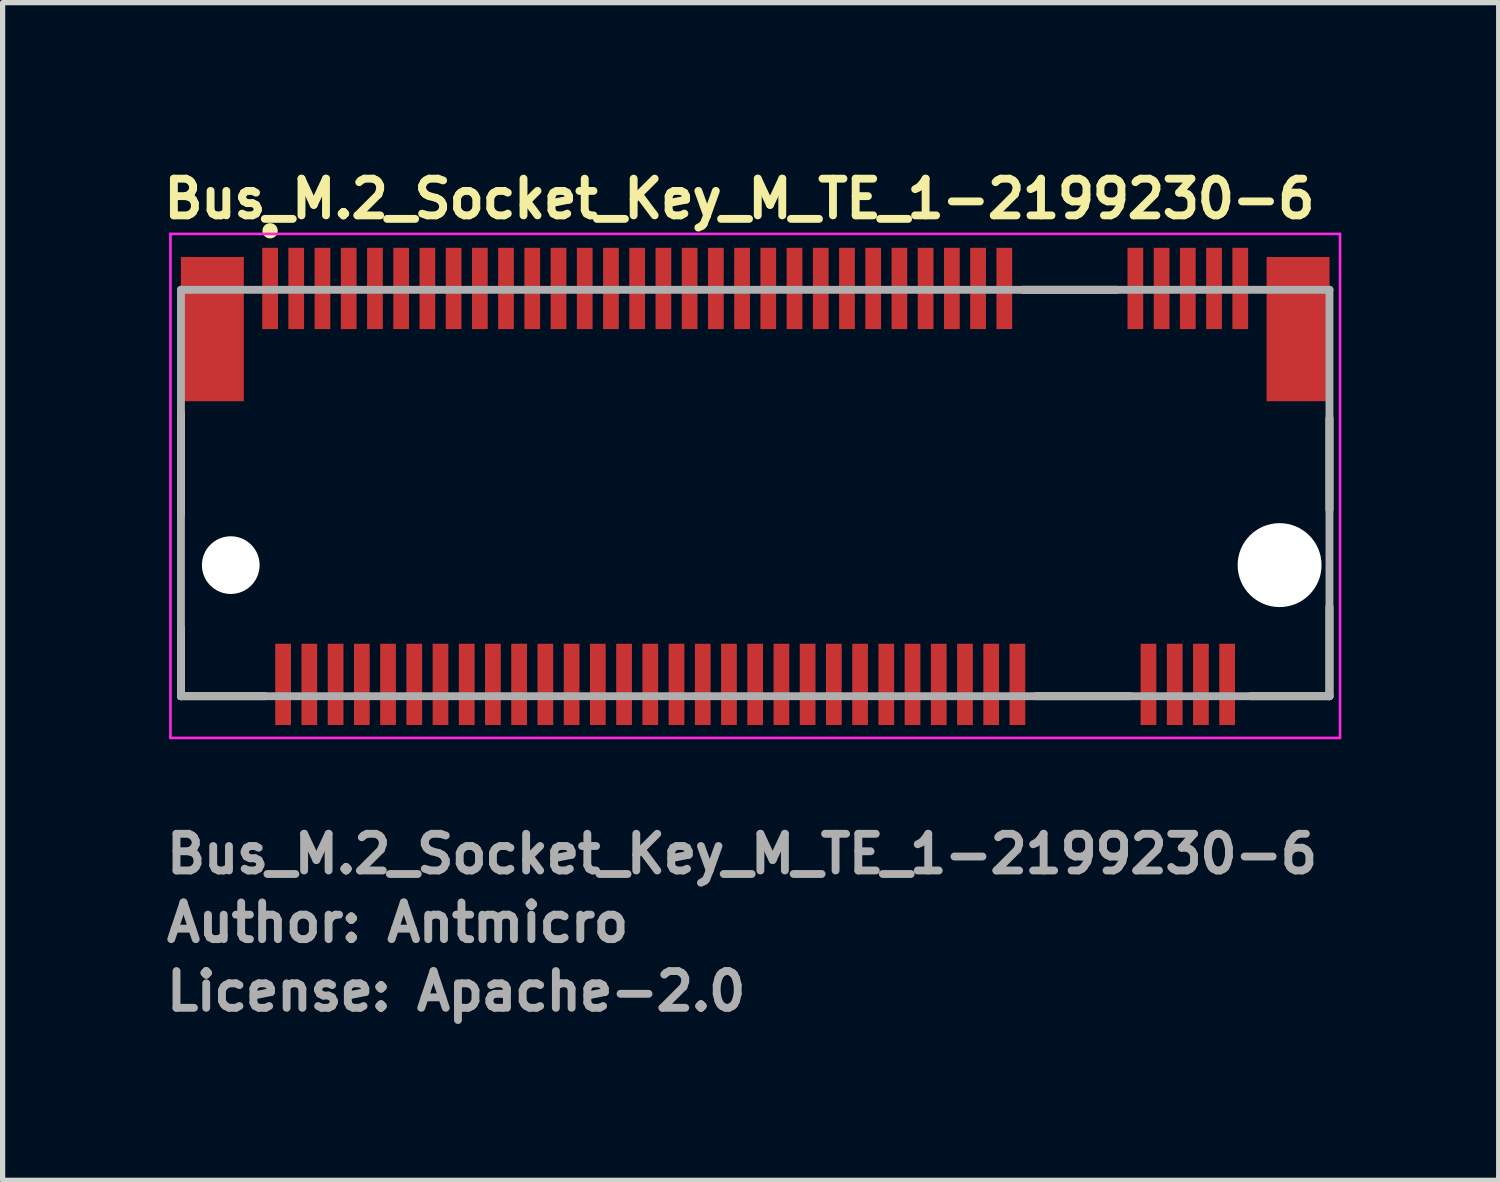
<source format=kicad_pcb>
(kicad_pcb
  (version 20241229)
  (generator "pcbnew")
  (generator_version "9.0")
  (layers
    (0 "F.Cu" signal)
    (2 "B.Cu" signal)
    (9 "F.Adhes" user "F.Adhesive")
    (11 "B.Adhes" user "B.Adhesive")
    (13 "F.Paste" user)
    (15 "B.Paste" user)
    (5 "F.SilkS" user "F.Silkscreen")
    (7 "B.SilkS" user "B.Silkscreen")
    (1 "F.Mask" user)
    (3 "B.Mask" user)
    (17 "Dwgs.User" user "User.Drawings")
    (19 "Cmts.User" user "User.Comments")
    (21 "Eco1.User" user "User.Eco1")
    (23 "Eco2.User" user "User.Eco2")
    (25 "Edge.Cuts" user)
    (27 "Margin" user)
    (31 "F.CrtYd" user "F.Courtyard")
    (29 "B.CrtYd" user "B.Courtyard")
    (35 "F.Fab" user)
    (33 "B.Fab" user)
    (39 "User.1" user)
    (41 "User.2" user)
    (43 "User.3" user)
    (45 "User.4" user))
  (footprint "Bus_M.2_Socket_Key_M_TE_1-2199230-6"
    (layer "F.Cu")
    (at 2.1 2.45)
    (property "Reference" "Bus_M.2_Socket_Key_M_TE_1-2199230-6" (at -2.1 -1.3 0) (layer "F.SilkS") (effects (font (size 0.7 0.7) (thickness 0.15)) (justify left bottom)))
    (attr smd)
    (fp_line (start -1.7 2.374) (end -1.7 4.325) (stroke (width 0.15) (type solid)) (layer "F.SilkS"))
    (fp_line (start -1.7 6.475) (end -1.7 7.775) (stroke (width 0.15) (type solid)) (layer "F.SilkS"))
    (fp_line (start -1.7 7.775) (end -0.101 7.775) (stroke (width 0.15) (type solid)) (layer "F.SilkS"))
    (fp_line (start 14.348 0.025) (end 16.149 0.025) (stroke (width 0.15) (type solid)) (layer "F.SilkS"))
    (fp_line (start 14.598 7.775) (end 16.399 7.775) (stroke (width 0.15) (type solid)) (layer "F.SilkS"))
    (fp_line (start 18.699 7.775) (end 20.199 7.775) (stroke (width 0.15) (type solid)) (layer "F.SilkS"))
    (fp_line (start 20.199 4.224) (end 20.199 2.475) (stroke (width 0.15) (type solid)) (layer "F.SilkS"))
    (fp_line (start 20.199 7.775) (end 20.199 6.075) (stroke (width 0.15) (type solid)) (layer "F.SilkS"))
    (fp_circle (center 0 -1.1) (end 0.05 -1.05) (stroke (width 0.15) (type solid)) (fill yes) (layer "F.SilkS"))
    (fp_line (start -1.9 -1.04) (end -1.9 8.57) (stroke (width 0.05) (type solid)) (layer "F.CrtYd"))
    (fp_line (start -1.9 8.57) (end 20.4 8.57) (stroke (width 0.05) (type solid)) (layer "F.CrtYd"))
    (fp_line (start 20.4 -1.04) (end -1.9 -1.04) (stroke (width 0.05) (type solid)) (layer "F.CrtYd"))
    (fp_line (start 20.4 8.57) (end 20.4 -1.04) (stroke (width 0.05) (type solid)) (layer "F.CrtYd"))
    (fp_line (start -1.7 0.025) (end 20.199 0.025) (stroke (width 0.15) (type solid)) (layer "F.Fab"))
    (fp_line (start -1.7 7.775) (end -1.7 0.025) (stroke (width 0.15) (type solid)) (layer "F.Fab"))
    (fp_line (start 20.199 0.025) (end 20.199 7.775) (stroke (width 0.15) (type solid)) (layer "F.Fab"))
    (fp_line (start 20.199 7.775) (end -1.7 7.775) (stroke (width 0.15) (type solid)) (layer "F.Fab"))
    (fp_rect (start -1.7 -0.576) (end 20.199 8.124) (stroke (width 0.1) (type solid)) (fill no) (layer "User.5"))
    (fp_line (start -1.7 0.025) (end -1.7 5.525) (stroke (width 0.02) (type solid)) (layer "User.9"))
    (fp_line (start -1.7 0.025) (end 20.199 0.025) (stroke (width 0.02) (type solid)) (layer "User.9"))
    (fp_line (start -1.7 5.958) (end -1.7 5.525) (stroke (width 0.02) (type solid)) (layer "User.9"))
    (fp_line (start -1.7 5.958) (end -1.7 5.958) (stroke (width 0.02) (type solid)) (layer "User.9"))
    (fp_line (start -1.7 6.147) (end -1.7 5.958) (stroke (width 0.02) (type solid)) (layer "User.9"))
    (fp_line (start -1.7 6.147) (end -1.7 6.147) (stroke (width 0.02) (type solid)) (layer "User.9"))
    (fp_line (start -1.7 6.232) (end -1.7 6.147) (stroke (width 0.02) (type solid)) (layer "User.9"))
    (fp_line (start -1.7 6.232) (end -1.7 6.232) (stroke (width 0.02) (type solid)) (layer "User.9"))
    (fp_line (start -1.7 6.305) (end -1.7 6.232) (stroke (width 0.02) (type solid)) (layer "User.9"))
    (fp_line (start -1.7 6.305) (end -1.7 6.305) (stroke (width 0.02) (type solid)) (layer "User.9"))
    (fp_line (start -1.7 6.371) (end -1.7 6.305) (stroke (width 0.02) (type solid)) (layer "User.9"))
    (fp_line (start -1.7 6.371) (end -1.7 6.371) (stroke (width 0.02) (type solid)) (layer "User.9"))
    (fp_line (start -1.7 6.424) (end -1.7 6.371) (stroke (width 0.02) (type solid)) (layer "User.9"))
    (fp_line (start -1.7 6.424) (end -1.7 6.424) (stroke (width 0.02) (type solid)) (layer "User.9"))
    (fp_line (start -1.7 6.467) (end -1.7 6.424) (stroke (width 0.02) (type solid)) (layer "User.9"))
    (fp_line (start -1.7 6.467) (end -1.7 6.467) (stroke (width 0.02) (type solid)) (layer "User.9"))
    (fp_line (start -1.7 6.499) (end -1.7 6.467) (stroke (width 0.02) (type solid)) (layer "User.9"))
    (fp_line (start -1.7 6.499) (end -1.7 6.499) (stroke (width 0.02) (type solid)) (layer "User.9"))
    (fp_line (start -1.7 6.517) (end -1.7 6.499) (stroke (width 0.02) (type solid)) (layer "User.9"))
    (fp_line (start -1.7 6.517) (end -1.7 6.517) (stroke (width 0.02) (type solid)) (layer "User.9"))
    (fp_line (start -1.7 6.525) (end -1.7 6.517) (stroke (width 0.02) (type solid)) (layer "User.9"))
    (fp_line (start -1.7 6.525) (end -1.325 6.525) (stroke (width 0.02) (type solid)) (layer "User.9"))
    (fp_line (start -1.325 5.525) (end 15.323 5.525) (stroke (width 0.02) (type solid)) (layer "User.9"))
    (fp_line (start -1.325 6.525) (end -1.301 6.523) (stroke (width 0.02) (type solid)) (layer "User.9"))
    (fp_line (start -1.301 6.523) (end -1.276 6.522) (stroke (width 0.02) (type solid)) (layer "User.9"))
    (fp_line (start -1.276 6.522) (end -1.252 6.518) (stroke (width 0.02) (type solid)) (layer "User.9"))
    (fp_line (start -1.252 6.518) (end -1.228 6.515) (stroke (width 0.02) (type solid)) (layer "User.9"))
    (fp_line (start -1.228 6.515) (end -1.204 6.509) (stroke (width 0.02) (type solid)) (layer "User.9"))
    (fp_line (start -1.204 6.509) (end -1.18 6.502) (stroke (width 0.02) (type solid)) (layer "User.9"))
    (fp_line (start -1.18 6.502) (end -1.158 6.494) (stroke (width 0.02) (type solid)) (layer "User.9"))
    (fp_line (start -1.158 6.494) (end -1.135 6.485) (stroke (width 0.02) (type solid)) (layer "User.9"))
    (fp_line (start -1.135 6.485) (end -1.113 6.477) (stroke (width 0.02) (type solid)) (layer "User.9"))
    (fp_line (start -1.113 6.477) (end -1.091 6.466) (stroke (width 0.02) (type solid)) (layer "User.9"))
    (fp_line (start -1.091 6.466) (end -1.069 6.453) (stroke (width 0.02) (type solid)) (layer "User.9"))
    (fp_line (start -1.069 6.453) (end -1.049 6.44) (stroke (width 0.02) (type solid)) (layer "User.9"))
    (fp_line (start -1.049 6.44) (end -1.029 6.426) (stroke (width 0.02) (type solid)) (layer "User.9"))
    (fp_line (start -1.029 6.426) (end -1.01 6.411) (stroke (width 0.02) (type solid)) (layer "User.9"))
    (fp_line (start -1.01 6.411) (end -0.99 6.395) (stroke (width 0.02) (type solid)) (layer "User.9"))
    (fp_line (start -0.99 6.395) (end -0.972 6.377) (stroke (width 0.02) (type solid)) (layer "User.9"))
    (fp_line (start -0.972 6.377) (end -0.972 6.377) (stroke (width 0.02) (type solid)) (layer "User.9"))
    (fp_line (start -0.972 6.377) (end -0.956 6.36) (stroke (width 0.02) (type solid)) (layer "User.9"))
    (fp_line (start -0.956 6.36) (end -0.94 6.341) (stroke (width 0.02) (type solid)) (layer "User.9"))
    (fp_line (start -0.94 6.341) (end -0.925 6.321) (stroke (width 0.02) (type solid)) (layer "User.9"))
    (fp_line (start -0.925 6.321) (end -0.911 6.302) (stroke (width 0.02) (type solid)) (layer "User.9"))
    (fp_line (start -0.911 6.302) (end -0.896 6.28) (stroke (width 0.02) (type solid)) (layer "User.9"))
    (fp_line (start -0.896 6.28) (end -0.884 6.259) (stroke (width 0.02) (type solid)) (layer "User.9"))
    (fp_line (start -0.884 6.259) (end -0.873 6.238) (stroke (width 0.02) (type solid)) (layer "User.9"))
    (fp_line (start -0.873 6.238) (end -0.864 6.216) (stroke (width 0.02) (type solid)) (layer "User.9"))
    (fp_line (start -0.864 6.216) (end -0.855 6.193) (stroke (width 0.02) (type solid)) (layer "User.9"))
    (fp_line (start -0.855 6.193) (end -0.847 6.169) (stroke (width 0.02) (type solid)) (layer "User.9"))
    (fp_line (start -0.847 6.169) (end -0.841 6.145) (stroke (width 0.02) (type solid)) (layer "User.9"))
    (fp_line (start -0.841 6.145) (end -0.835 6.123) (stroke (width 0.02) (type solid)) (layer "User.9"))
    (fp_line (start -0.835 6.123) (end -0.832 6.097) (stroke (width 0.02) (type solid)) (layer "User.9"))
    (fp_line (start -0.832 6.097) (end -0.829 6.073) (stroke (width 0.02) (type solid)) (layer "User.9"))
    (fp_line (start -0.829 6.073) (end -0.827 6.049) (stroke (width 0.02) (type solid)) (layer "User.9"))
    (fp_line (start -0.827 6.049) (end -0.826 6.025) (stroke (width 0.02) (type solid)) (layer "User.9"))
    (fp_line (start -0.826 5.877) (end -0.826 5.525) (stroke (width 0.02) (type solid)) (layer "User.9"))
    (fp_line (start -0.826 5.877) (end -0.826 5.877) (stroke (width 0.02) (type solid)) (layer "User.9"))
    (fp_line (start -0.826 6.025) (end -0.826 5.877) (stroke (width 0.02) (type solid)) (layer "User.9"))
    (fp_line (start -0.301 0.554) (end 0.299 0.554) (stroke (width 0.02) (type solid)) (layer "User.9"))
    (fp_line (start -0.25 5.525) (end -0.25 7.775) (stroke (width 0.02) (type solid)) (layer "User.9"))
    (fp_line (start -0.25 6.525) (end -1.325 6.525) (stroke (width 0.02) (type solid)) (layer "User.9"))
    (fp_line (start -0.25 7.775) (end 14.593 7.775) (stroke (width 0.02) (type solid)) (layer "User.9"))
    (fp_line (start -0.075 -0.576) (end -0.075 -0.075) (stroke (width 0.02) (type solid)) (layer "User.9"))
    (fp_line (start -0.075 -0.576) (end 0.073 -0.576) (stroke (width 0.02) (type solid)) (layer "User.9"))
    (fp_line (start -0.075 -0.075) (end -0.075 0.025) (stroke (width 0.02) (type solid)) (layer "User.9"))
    (fp_line (start 0 0.035) (end -0.301 0.554) (stroke (width 0.02) (type solid)) (layer "User.9"))
    (fp_line (start 0.073 -0.576) (end 0.073 -0.075) (stroke (width 0.02) (type solid)) (layer "User.9"))
    (fp_line (start 0.073 -0.075) (end 0.073 0.025) (stroke (width 0.02) (type solid)) (layer "User.9"))
    (fp_line (start 0.155 6.025) (end 0.175 5.754) (stroke (width 0.02) (type solid)) (layer "User.9"))
    (fp_line (start 0.155 6.025) (end 0.343 6.025) (stroke (width 0.02) (type solid)) (layer "User.9"))
    (fp_line (start 0.175 5.525) (end 0.175 5.571) (stroke (width 0.02) (type solid)) (layer "User.9"))
    (fp_line (start 0.175 5.677) (end 0.175 5.571) (stroke (width 0.02) (type solid)) (layer "User.9"))
    (fp_line (start 0.175 5.677) (end 0.175 5.754) (stroke (width 0.02) (type solid)) (layer "User.9"))
    (fp_line (start 0.175 7.775) (end 0.175 8.124) (stroke (width 0.02) (type solid)) (layer "User.9"))
    (fp_line (start 0.175 8.124) (end 0.324 8.124) (stroke (width 0.02) (type solid)) (layer "User.9"))
    (fp_line (start 0.299 0.554) (end 0 0.035) (stroke (width 0.02) (type solid)) (layer "User.9"))
    (fp_line (start 0.324 5.525) (end 0.324 5.571) (stroke (width 0.02) (type solid)) (layer "User.9"))
    (fp_line (start 0.324 5.677) (end 0.324 5.571) (stroke (width 0.02) (type solid)) (layer "User.9"))
    (fp_line (start 0.324 5.677) (end 0.324 5.754) (stroke (width 0.02) (type solid)) (layer "User.9"))
    (fp_line (start 0.324 7.775) (end 0.324 8.124) (stroke (width 0.02) (type solid)) (layer "User.9"))
    (fp_line (start 0.343 6.025) (end 0.324 5.754) (stroke (width 0.02) (type solid)) (layer "User.9"))
    (fp_line (start 0.424 -0.576) (end 0.424 -0.075) (stroke (width 0.02) (type solid)) (layer "User.9"))
    (fp_line (start 0.424 -0.576) (end 0.574 -0.576) (stroke (width 0.02) (type solid)) (layer "User.9"))
    (fp_line (start 0.424 -0.075) (end 0.424 0.025) (stroke (width 0.02) (type solid)) (layer "User.9"))
    (fp_line (start 0.574 -0.576) (end 0.574 -0.075) (stroke (width 0.02) (type solid)) (layer "User.9"))
    (fp_line (start 0.574 -0.075) (end 0.574 0.025) (stroke (width 0.02) (type solid)) (layer "User.9"))
    (fp_line (start 0.656 6.025) (end 0.675 5.754) (stroke (width 0.02) (type solid)) (layer "User.9"))
    (fp_line (start 0.656 6.025) (end 0.842 6.025) (stroke (width 0.02) (type solid)) (layer "User.9"))
    (fp_line (start 0.675 5.525) (end 0.675 5.571) (stroke (width 0.02) (type solid)) (layer "User.9"))
    (fp_line (start 0.675 5.677) (end 0.675 5.571) (stroke (width 0.02) (type solid)) (layer "User.9"))
    (fp_line (start 0.675 5.677) (end 0.675 5.754) (stroke (width 0.02) (type solid)) (layer "User.9"))
    (fp_line (start 0.675 7.775) (end 0.675 8.124) (stroke (width 0.02) (type solid)) (layer "User.9"))
    (fp_line (start 0.675 8.124) (end 0.824 8.124) (stroke (width 0.02) (type solid)) (layer "User.9"))
    (fp_line (start 0.824 5.525) (end 0.824 5.571) (stroke (width 0.02) (type solid)) (layer "User.9"))
    (fp_line (start 0.824 5.677) (end 0.824 5.571) (stroke (width 0.02) (type solid)) (layer "User.9"))
    (fp_line (start 0.824 5.677) (end 0.824 5.754) (stroke (width 0.02) (type solid)) (layer "User.9"))
    (fp_line (start 0.824 7.775) (end 0.824 8.124) (stroke (width 0.02) (type solid)) (layer "User.9"))
    (fp_line (start 0.842 6.025) (end 0.824 5.754) (stroke (width 0.02) (type solid)) (layer "User.9"))
    (fp_line (start 0.925 -0.576) (end 0.925 -0.075) (stroke (width 0.02) (type solid)) (layer "User.9"))
    (fp_line (start 0.925 -0.576) (end 1.074 -0.576) (stroke (width 0.02) (type solid)) (layer "User.9"))
    (fp_line (start 0.925 -0.075) (end 0.925 0.025) (stroke (width 0.02) (type solid)) (layer "User.9"))
    (fp_line (start 1.074 -0.576) (end 1.074 -0.075) (stroke (width 0.02) (type solid)) (layer "User.9"))
    (fp_line (start 1.074 -0.075) (end 1.074 0.025) (stroke (width 0.02) (type solid)) (layer "User.9"))
    (fp_line (start 1.155 6.025) (end 1.175 5.754) (stroke (width 0.02) (type solid)) (layer "User.9"))
    (fp_line (start 1.155 6.025) (end 1.342 6.025) (stroke (width 0.02) (type solid)) (layer "User.9"))
    (fp_line (start 1.175 5.525) (end 1.175 5.571) (stroke (width 0.02) (type solid)) (layer "User.9"))
    (fp_line (start 1.175 5.677) (end 1.175 5.571) (stroke (width 0.02) (type solid)) (layer "User.9"))
    (fp_line (start 1.175 5.677) (end 1.175 5.754) (stroke (width 0.02) (type solid)) (layer "User.9"))
    (fp_line (start 1.175 7.775) (end 1.175 8.124) (stroke (width 0.02) (type solid)) (layer "User.9"))
    (fp_line (start 1.175 8.124) (end 1.324 8.124) (stroke (width 0.02) (type solid)) (layer "User.9"))
    (fp_line (start 1.324 5.525) (end 1.324 5.571) (stroke (width 0.02) (type solid)) (layer "User.9"))
    (fp_line (start 1.324 5.677) (end 1.324 5.571) (stroke (width 0.02) (type solid)) (layer "User.9"))
    (fp_line (start 1.324 5.677) (end 1.324 5.754) (stroke (width 0.02) (type solid)) (layer "User.9"))
    (fp_line (start 1.324 7.775) (end 1.324 8.124) (stroke (width 0.02) (type solid)) (layer "User.9"))
    (fp_line (start 1.342 6.025) (end 1.324 5.754) (stroke (width 0.02) (type solid)) (layer "User.9"))
    (fp_line (start 1.423 -0.576) (end 1.423 -0.075) (stroke (width 0.02) (type solid)) (layer "User.9"))
    (fp_line (start 1.423 -0.576) (end 1.574 -0.576) (stroke (width 0.02) (type solid)) (layer "User.9"))
    (fp_line (start 1.423 -0.075) (end 1.423 0.025) (stroke (width 0.02) (type solid)) (layer "User.9"))
    (fp_line (start 1.574 -0.576) (end 1.574 -0.075) (stroke (width 0.02) (type solid)) (layer "User.9"))
    (fp_line (start 1.574 -0.075) (end 1.574 0.025) (stroke (width 0.02) (type solid)) (layer "User.9"))
    (fp_line (start 1.656 6.025) (end 1.673 5.754) (stroke (width 0.02) (type solid)) (layer "User.9"))
    (fp_line (start 1.656 6.025) (end 1.842 6.025) (stroke (width 0.02) (type solid)) (layer "User.9"))
    (fp_line (start 1.673 5.525) (end 1.673 5.571) (stroke (width 0.02) (type solid)) (layer "User.9"))
    (fp_line (start 1.673 5.677) (end 1.673 5.571) (stroke (width 0.02) (type solid)) (layer "User.9"))
    (fp_line (start 1.673 5.677) (end 1.673 5.754) (stroke (width 0.02) (type solid)) (layer "User.9"))
    (fp_line (start 1.673 7.775) (end 1.673 8.124) (stroke (width 0.02) (type solid)) (layer "User.9"))
    (fp_line (start 1.673 8.124) (end 1.824 8.124) (stroke (width 0.02) (type solid)) (layer "User.9"))
    (fp_line (start 1.824 5.525) (end 1.824 5.571) (stroke (width 0.02) (type solid)) (layer "User.9"))
    (fp_line (start 1.824 5.677) (end 1.824 5.571) (stroke (width 0.02) (type solid)) (layer "User.9"))
    (fp_line (start 1.824 5.677) (end 1.824 5.754) (stroke (width 0.02) (type solid)) (layer "User.9"))
    (fp_line (start 1.824 7.775) (end 1.824 8.124) (stroke (width 0.02) (type solid)) (layer "User.9"))
    (fp_line (start 1.842 6.025) (end 1.824 5.754) (stroke (width 0.02) (type solid)) (layer "User.9"))
    (fp_line (start 1.923 -0.576) (end 1.923 -0.075) (stroke (width 0.02) (type solid)) (layer "User.9"))
    (fp_line (start 1.923 -0.576) (end 2.075 -0.576) (stroke (width 0.02) (type solid)) (layer "User.9"))
    (fp_line (start 1.923 -0.075) (end 1.923 0.025) (stroke (width 0.02) (type solid)) (layer "User.9"))
    (fp_line (start 2.075 -0.576) (end 2.075 -0.075) (stroke (width 0.02) (type solid)) (layer "User.9"))
    (fp_line (start 2.075 -0.075) (end 2.075 0.025) (stroke (width 0.02) (type solid)) (layer "User.9"))
    (fp_line (start 2.156 6.025) (end 2.173 5.754) (stroke (width 0.02) (type solid)) (layer "User.9"))
    (fp_line (start 2.156 6.025) (end 2.342 6.025) (stroke (width 0.02) (type solid)) (layer "User.9"))
    (fp_line (start 2.173 5.525) (end 2.173 5.571) (stroke (width 0.02) (type solid)) (layer "User.9"))
    (fp_line (start 2.173 5.677) (end 2.173 5.571) (stroke (width 0.02) (type solid)) (layer "User.9"))
    (fp_line (start 2.173 5.677) (end 2.173 5.754) (stroke (width 0.02) (type solid)) (layer "User.9"))
    (fp_line (start 2.173 7.775) (end 2.173 8.124) (stroke (width 0.02) (type solid)) (layer "User.9"))
    (fp_line (start 2.173 8.124) (end 2.325 8.124) (stroke (width 0.02) (type solid)) (layer "User.9"))
    (fp_line (start 2.325 5.525) (end 2.325 5.571) (stroke (width 0.02) (type solid)) (layer "User.9"))
    (fp_line (start 2.325 5.677) (end 2.325 5.571) (stroke (width 0.02) (type solid)) (layer "User.9"))
    (fp_line (start 2.325 5.677) (end 2.325 5.754) (stroke (width 0.02) (type solid)) (layer "User.9"))
    (fp_line (start 2.325 7.775) (end 2.325 8.124) (stroke (width 0.02) (type solid)) (layer "User.9"))
    (fp_line (start 2.342 6.025) (end 2.325 5.754) (stroke (width 0.02) (type solid)) (layer "User.9"))
    (fp_line (start 2.423 -0.576) (end 2.423 -0.075) (stroke (width 0.02) (type solid)) (layer "User.9"))
    (fp_line (start 2.423 -0.576) (end 2.575 -0.576) (stroke (width 0.02) (type solid)) (layer "User.9"))
    (fp_line (start 2.423 -0.075) (end 2.423 0.025) (stroke (width 0.02) (type solid)) (layer "User.9"))
    (fp_line (start 2.575 -0.576) (end 2.575 -0.075) (stroke (width 0.02) (type solid)) (layer "User.9"))
    (fp_line (start 2.575 -0.075) (end 2.575 0.025) (stroke (width 0.02) (type solid)) (layer "User.9"))
    (fp_line (start 2.656 6.025) (end 2.673 5.754) (stroke (width 0.02) (type solid)) (layer "User.9"))
    (fp_line (start 2.656 6.025) (end 2.842 6.025) (stroke (width 0.02) (type solid)) (layer "User.9"))
    (fp_line (start 2.673 5.525) (end 2.673 5.571) (stroke (width 0.02) (type solid)) (layer "User.9"))
    (fp_line (start 2.673 5.677) (end 2.673 5.571) (stroke (width 0.02) (type solid)) (layer "User.9"))
    (fp_line (start 2.673 5.677) (end 2.673 5.754) (stroke (width 0.02) (type solid)) (layer "User.9"))
    (fp_line (start 2.673 7.775) (end 2.673 8.124) (stroke (width 0.02) (type solid)) (layer "User.9"))
    (fp_line (start 2.673 8.124) (end 2.825 8.124) (stroke (width 0.02) (type solid)) (layer "User.9"))
    (fp_line (start 2.825 5.525) (end 2.825 5.571) (stroke (width 0.02) (type solid)) (layer "User.9"))
    (fp_line (start 2.825 5.677) (end 2.825 5.571) (stroke (width 0.02) (type solid)) (layer "User.9"))
    (fp_line (start 2.825 5.677) (end 2.825 5.754) (stroke (width 0.02) (type solid)) (layer "User.9"))
    (fp_line (start 2.825 7.775) (end 2.825 8.124) (stroke (width 0.02) (type solid)) (layer "User.9"))
    (fp_line (start 2.842 6.025) (end 2.825 5.754) (stroke (width 0.02) (type solid)) (layer "User.9"))
    (fp_line (start 2.923 -0.576) (end 2.923 -0.075) (stroke (width 0.02) (type solid)) (layer "User.9"))
    (fp_line (start 2.923 -0.576) (end 3.075 -0.576) (stroke (width 0.02) (type solid)) (layer "User.9"))
    (fp_line (start 2.923 -0.075) (end 2.923 0.025) (stroke (width 0.02) (type solid)) (layer "User.9"))
    (fp_line (start 3.075 -0.576) (end 3.075 -0.075) (stroke (width 0.02) (type solid)) (layer "User.9"))
    (fp_line (start 3.075 -0.075) (end 3.075 0.025) (stroke (width 0.02) (type solid)) (layer "User.9"))
    (fp_line (start 3.156 6.025) (end 3.173 5.754) (stroke (width 0.02) (type solid)) (layer "User.9"))
    (fp_line (start 3.156 6.025) (end 3.342 6.025) (stroke (width 0.02) (type solid)) (layer "User.9"))
    (fp_line (start 3.173 5.525) (end 3.173 5.571) (stroke (width 0.02) (type solid)) (layer "User.9"))
    (fp_line (start 3.173 5.677) (end 3.173 5.571) (stroke (width 0.02) (type solid)) (layer "User.9"))
    (fp_line (start 3.173 5.677) (end 3.173 5.754) (stroke (width 0.02) (type solid)) (layer "User.9"))
    (fp_line (start 3.173 7.775) (end 3.173 8.124) (stroke (width 0.02) (type solid)) (layer "User.9"))
    (fp_line (start 3.173 8.124) (end 3.325 8.124) (stroke (width 0.02) (type solid)) (layer "User.9"))
    (fp_line (start 3.325 5.525) (end 3.325 5.571) (stroke (width 0.02) (type solid)) (layer "User.9"))
    (fp_line (start 3.325 5.677) (end 3.325 5.571) (stroke (width 0.02) (type solid)) (layer "User.9"))
    (fp_line (start 3.325 5.677) (end 3.325 5.754) (stroke (width 0.02) (type solid)) (layer "User.9"))
    (fp_line (start 3.325 7.775) (end 3.325 8.124) (stroke (width 0.02) (type solid)) (layer "User.9"))
    (fp_line (start 3.342 6.025) (end 3.325 5.754) (stroke (width 0.02) (type solid)) (layer "User.9"))
    (fp_line (start 3.423 -0.576) (end 3.423 -0.075) (stroke (width 0.02) (type solid)) (layer "User.9"))
    (fp_line (start 3.423 -0.576) (end 3.575 -0.576) (stroke (width 0.02) (type solid)) (layer "User.9"))
    (fp_line (start 3.423 -0.075) (end 3.423 0.025) (stroke (width 0.02) (type solid)) (layer "User.9"))
    (fp_line (start 3.575 -0.576) (end 3.575 -0.075) (stroke (width 0.02) (type solid)) (layer "User.9"))
    (fp_line (start 3.575 -0.075) (end 3.575 0.025) (stroke (width 0.02) (type solid)) (layer "User.9"))
    (fp_line (start 3.656 6.025) (end 3.673 5.754) (stroke (width 0.02) (type solid)) (layer "User.9"))
    (fp_line (start 3.656 6.025) (end 3.842 6.025) (stroke (width 0.02) (type solid)) (layer "User.9"))
    (fp_line (start 3.673 5.525) (end 3.673 5.571) (stroke (width 0.02) (type solid)) (layer "User.9"))
    (fp_line (start 3.673 5.677) (end 3.673 5.571) (stroke (width 0.02) (type solid)) (layer "User.9"))
    (fp_line (start 3.673 5.677) (end 3.673 5.754) (stroke (width 0.02) (type solid)) (layer "User.9"))
    (fp_line (start 3.673 7.775) (end 3.673 8.124) (stroke (width 0.02) (type solid)) (layer "User.9"))
    (fp_line (start 3.673 8.124) (end 3.825 8.124) (stroke (width 0.02) (type solid)) (layer "User.9"))
    (fp_line (start 3.825 5.525) (end 3.825 5.571) (stroke (width 0.02) (type solid)) (layer "User.9"))
    (fp_line (start 3.825 5.677) (end 3.825 5.571) (stroke (width 0.02) (type solid)) (layer "User.9"))
    (fp_line (start 3.825 5.677) (end 3.825 5.754) (stroke (width 0.02) (type solid)) (layer "User.9"))
    (fp_line (start 3.825 7.775) (end 3.825 8.124) (stroke (width 0.02) (type solid)) (layer "User.9"))
    (fp_line (start 3.842 6.025) (end 3.825 5.754) (stroke (width 0.02) (type solid)) (layer "User.9"))
    (fp_line (start 3.923 -0.576) (end 3.923 -0.075) (stroke (width 0.02) (type solid)) (layer "User.9"))
    (fp_line (start 3.923 -0.576) (end 4.075 -0.576) (stroke (width 0.02) (type solid)) (layer "User.9"))
    (fp_line (start 3.923 -0.075) (end 3.923 0.025) (stroke (width 0.02) (type solid)) (layer "User.9"))
    (fp_line (start 4.075 -0.576) (end 4.075 -0.075) (stroke (width 0.02) (type solid)) (layer "User.9"))
    (fp_line (start 4.075 -0.075) (end 4.075 0.025) (stroke (width 0.02) (type solid)) (layer "User.9"))
    (fp_line (start 4.155 6.025) (end 4.174 5.754) (stroke (width 0.02) (type solid)) (layer "User.9"))
    (fp_line (start 4.155 6.025) (end 4.342 6.025) (stroke (width 0.02) (type solid)) (layer "User.9"))
    (fp_line (start 4.174 5.525) (end 4.174 5.571) (stroke (width 0.02) (type solid)) (layer "User.9"))
    (fp_line (start 4.174 5.677) (end 4.174 5.571) (stroke (width 0.02) (type solid)) (layer "User.9"))
    (fp_line (start 4.174 5.677) (end 4.174 5.754) (stroke (width 0.02) (type solid)) (layer "User.9"))
    (fp_line (start 4.174 7.775) (end 4.174 8.124) (stroke (width 0.02) (type solid)) (layer "User.9"))
    (fp_line (start 4.174 8.124) (end 4.325 8.124) (stroke (width 0.02) (type solid)) (layer "User.9"))
    (fp_line (start 4.325 5.525) (end 4.325 5.571) (stroke (width 0.02) (type solid)) (layer "User.9"))
    (fp_line (start 4.325 5.677) (end 4.325 5.571) (stroke (width 0.02) (type solid)) (layer "User.9"))
    (fp_line (start 4.325 5.677) (end 4.325 5.754) (stroke (width 0.02) (type solid)) (layer "User.9"))
    (fp_line (start 4.325 7.775) (end 4.325 8.124) (stroke (width 0.02) (type solid)) (layer "User.9"))
    (fp_line (start 4.342 6.025) (end 4.325 5.754) (stroke (width 0.02) (type solid)) (layer "User.9"))
    (fp_line (start 4.424 -0.576) (end 4.424 -0.075) (stroke (width 0.02) (type solid)) (layer "User.9"))
    (fp_line (start 4.424 -0.576) (end 4.575 -0.576) (stroke (width 0.02) (type solid)) (layer "User.9"))
    (fp_line (start 4.424 -0.075) (end 4.424 0.025) (stroke (width 0.02) (type solid)) (layer "User.9"))
    (fp_line (start 4.575 -0.576) (end 4.575 -0.075) (stroke (width 0.02) (type solid)) (layer "User.9"))
    (fp_line (start 4.575 -0.075) (end 4.575 0.025) (stroke (width 0.02) (type solid)) (layer "User.9"))
    (fp_line (start 4.655 6.025) (end 4.674 5.754) (stroke (width 0.02) (type solid)) (layer "User.9"))
    (fp_line (start 4.655 6.025) (end 4.842 6.025) (stroke (width 0.02) (type solid)) (layer "User.9"))
    (fp_line (start 4.674 5.525) (end 4.674 5.571) (stroke (width 0.02) (type solid)) (layer "User.9"))
    (fp_line (start 4.674 5.677) (end 4.674 5.571) (stroke (width 0.02) (type solid)) (layer "User.9"))
    (fp_line (start 4.674 5.677) (end 4.674 5.754) (stroke (width 0.02) (type solid)) (layer "User.9"))
    (fp_line (start 4.674 7.775) (end 4.674 8.124) (stroke (width 0.02) (type solid)) (layer "User.9"))
    (fp_line (start 4.674 8.124) (end 4.825 8.124) (stroke (width 0.02) (type solid)) (layer "User.9"))
    (fp_line (start 4.825 5.525) (end 4.825 5.571) (stroke (width 0.02) (type solid)) (layer "User.9"))
    (fp_line (start 4.825 5.677) (end 4.825 5.571) (stroke (width 0.02) (type solid)) (layer "User.9"))
    (fp_line (start 4.825 5.677) (end 4.825 5.754) (stroke (width 0.02) (type solid)) (layer "User.9"))
    (fp_line (start 4.825 7.775) (end 4.825 8.124) (stroke (width 0.02) (type solid)) (layer "User.9"))
    (fp_line (start 4.842 6.025) (end 4.825 5.754) (stroke (width 0.02) (type solid)) (layer "User.9"))
    (fp_line (start 4.924 -0.576) (end 4.924 -0.075) (stroke (width 0.02) (type solid)) (layer "User.9"))
    (fp_line (start 4.924 -0.576) (end 5.075 -0.576) (stroke (width 0.02) (type solid)) (layer "User.9"))
    (fp_line (start 4.924 -0.075) (end 4.924 0.025) (stroke (width 0.02) (type solid)) (layer "User.9"))
    (fp_line (start 5.075 -0.576) (end 5.075 -0.075) (stroke (width 0.02) (type solid)) (layer "User.9"))
    (fp_line (start 5.075 -0.075) (end 5.075 0.025) (stroke (width 0.02) (type solid)) (layer "User.9"))
    (fp_line (start 5.155 6.025) (end 5.174 5.754) (stroke (width 0.02) (type solid)) (layer "User.9"))
    (fp_line (start 5.155 6.025) (end 5.342 6.025) (stroke (width 0.02) (type solid)) (layer "User.9"))
    (fp_line (start 5.174 5.525) (end 5.174 5.571) (stroke (width 0.02) (type solid)) (layer "User.9"))
    (fp_line (start 5.174 5.677) (end 5.174 5.571) (stroke (width 0.02) (type solid)) (layer "User.9"))
    (fp_line (start 5.174 5.677) (end 5.174 5.754) (stroke (width 0.02) (type solid)) (layer "User.9"))
    (fp_line (start 5.174 7.775) (end 5.174 8.124) (stroke (width 0.02) (type solid)) (layer "User.9"))
    (fp_line (start 5.174 8.124) (end 5.325 8.124) (stroke (width 0.02) (type solid)) (layer "User.9"))
    (fp_line (start 5.325 5.525) (end 5.325 5.571) (stroke (width 0.02) (type solid)) (layer "User.9"))
    (fp_line (start 5.325 5.677) (end 5.325 5.571) (stroke (width 0.02) (type solid)) (layer "User.9"))
    (fp_line (start 5.325 5.677) (end 5.325 5.754) (stroke (width 0.02) (type solid)) (layer "User.9"))
    (fp_line (start 5.325 7.775) (end 5.325 8.124) (stroke (width 0.02) (type solid)) (layer "User.9"))
    (fp_line (start 5.342 6.025) (end 5.325 5.754) (stroke (width 0.02) (type solid)) (layer "User.9"))
    (fp_line (start 5.424 -0.576) (end 5.424 -0.075) (stroke (width 0.02) (type solid)) (layer "User.9"))
    (fp_line (start 5.424 -0.576) (end 5.575 -0.576) (stroke (width 0.02) (type solid)) (layer "User.9"))
    (fp_line (start 5.424 -0.075) (end 5.424 0.025) (stroke (width 0.02) (type solid)) (layer "User.9"))
    (fp_line (start 5.575 -0.576) (end 5.575 -0.075) (stroke (width 0.02) (type solid)) (layer "User.9"))
    (fp_line (start 5.575 -0.075) (end 5.575 0.025) (stroke (width 0.02) (type solid)) (layer "User.9"))
    (fp_line (start 5.655 6.025) (end 5.674 5.754) (stroke (width 0.02) (type solid)) (layer "User.9"))
    (fp_line (start 5.655 6.025) (end 5.842 6.025) (stroke (width 0.02) (type solid)) (layer "User.9"))
    (fp_line (start 5.674 5.525) (end 5.674 5.571) (stroke (width 0.02) (type solid)) (layer "User.9"))
    (fp_line (start 5.674 5.677) (end 5.674 5.571) (stroke (width 0.02) (type solid)) (layer "User.9"))
    (fp_line (start 5.674 5.677) (end 5.674 5.754) (stroke (width 0.02) (type solid)) (layer "User.9"))
    (fp_line (start 5.674 7.775) (end 5.674 8.124) (stroke (width 0.02) (type solid)) (layer "User.9"))
    (fp_line (start 5.674 8.124) (end 5.825 8.124) (stroke (width 0.02) (type solid)) (layer "User.9"))
    (fp_line (start 5.825 5.525) (end 5.825 5.571) (stroke (width 0.02) (type solid)) (layer "User.9"))
    (fp_line (start 5.825 5.677) (end 5.825 5.571) (stroke (width 0.02) (type solid)) (layer "User.9"))
    (fp_line (start 5.825 5.677) (end 5.825 5.754) (stroke (width 0.02) (type solid)) (layer "User.9"))
    (fp_line (start 5.825 7.775) (end 5.825 8.124) (stroke (width 0.02) (type solid)) (layer "User.9"))
    (fp_line (start 5.842 6.025) (end 5.825 5.754) (stroke (width 0.02) (type solid)) (layer "User.9"))
    (fp_line (start 5.924 -0.576) (end 5.924 -0.075) (stroke (width 0.02) (type solid)) (layer "User.9"))
    (fp_line (start 5.924 -0.576) (end 6.075 -0.576) (stroke (width 0.02) (type solid)) (layer "User.9"))
    (fp_line (start 5.924 -0.075) (end 5.924 0.025) (stroke (width 0.02) (type solid)) (layer "User.9"))
    (fp_line (start 6.075 -0.576) (end 6.075 -0.075) (stroke (width 0.02) (type solid)) (layer "User.9"))
    (fp_line (start 6.075 -0.075) (end 6.075 0.025) (stroke (width 0.02) (type solid)) (layer "User.9"))
    (fp_line (start 6.155 6.025) (end 6.174 5.754) (stroke (width 0.02) (type solid)) (layer "User.9"))
    (fp_line (start 6.155 6.025) (end 6.342 6.025) (stroke (width 0.02) (type solid)) (layer "User.9"))
    (fp_line (start 6.174 5.525) (end 6.174 5.571) (stroke (width 0.02) (type solid)) (layer "User.9"))
    (fp_line (start 6.174 5.677) (end 6.174 5.571) (stroke (width 0.02) (type solid)) (layer "User.9"))
    (fp_line (start 6.174 5.677) (end 6.174 5.754) (stroke (width 0.02) (type solid)) (layer "User.9"))
    (fp_line (start 6.174 7.775) (end 6.174 8.124) (stroke (width 0.02) (type solid)) (layer "User.9"))
    (fp_line (start 6.174 8.124) (end 6.325 8.124) (stroke (width 0.02) (type solid)) (layer "User.9"))
    (fp_line (start 6.325 5.525) (end 6.325 5.571) (stroke (width 0.02) (type solid)) (layer "User.9"))
    (fp_line (start 6.325 5.677) (end 6.325 5.571) (stroke (width 0.02) (type solid)) (layer "User.9"))
    (fp_line (start 6.325 5.677) (end 6.325 5.754) (stroke (width 0.02) (type solid)) (layer "User.9"))
    (fp_line (start 6.325 7.775) (end 6.325 8.124) (stroke (width 0.02) (type solid)) (layer "User.9"))
    (fp_line (start 6.342 6.025) (end 6.325 5.754) (stroke (width 0.02) (type solid)) (layer "User.9"))
    (fp_line (start 6.424 -0.576) (end 6.424 -0.075) (stroke (width 0.02) (type solid)) (layer "User.9"))
    (fp_line (start 6.424 -0.576) (end 6.575 -0.576) (stroke (width 0.02) (type solid)) (layer "User.9"))
    (fp_line (start 6.424 -0.075) (end 6.424 0.025) (stroke (width 0.02) (type solid)) (layer "User.9"))
    (fp_line (start 6.575 -0.576) (end 6.575 -0.075) (stroke (width 0.02) (type solid)) (layer "User.9"))
    (fp_line (start 6.575 -0.075) (end 6.575 0.025) (stroke (width 0.02) (type solid)) (layer "User.9"))
    (fp_line (start 6.656 6.025) (end 6.674 5.754) (stroke (width 0.02) (type solid)) (layer "User.9"))
    (fp_line (start 6.656 6.025) (end 6.842 6.025) (stroke (width 0.02) (type solid)) (layer "User.9"))
    (fp_line (start 6.674 5.525) (end 6.674 5.571) (stroke (width 0.02) (type solid)) (layer "User.9"))
    (fp_line (start 6.674 5.677) (end 6.674 5.571) (stroke (width 0.02) (type solid)) (layer "User.9"))
    (fp_line (start 6.674 5.677) (end 6.674 5.754) (stroke (width 0.02) (type solid)) (layer "User.9"))
    (fp_line (start 6.674 7.775) (end 6.674 8.124) (stroke (width 0.02) (type solid)) (layer "User.9"))
    (fp_line (start 6.674 8.124) (end 6.825 8.124) (stroke (width 0.02) (type solid)) (layer "User.9"))
    (fp_line (start 6.825 5.525) (end 6.825 5.571) (stroke (width 0.02) (type solid)) (layer "User.9"))
    (fp_line (start 6.825 5.677) (end 6.825 5.571) (stroke (width 0.02) (type solid)) (layer "User.9"))
    (fp_line (start 6.825 5.677) (end 6.825 5.754) (stroke (width 0.02) (type solid)) (layer "User.9"))
    (fp_line (start 6.825 7.775) (end 6.825 8.124) (stroke (width 0.02) (type solid)) (layer "User.9"))
    (fp_line (start 6.842 6.025) (end 6.825 5.754) (stroke (width 0.02) (type solid)) (layer "User.9"))
    (fp_line (start 6.924 -0.576) (end 6.924 -0.075) (stroke (width 0.02) (type solid)) (layer "User.9"))
    (fp_line (start 6.924 -0.576) (end 7.075 -0.576) (stroke (width 0.02) (type solid)) (layer "User.9"))
    (fp_line (start 6.924 -0.075) (end 6.924 0.025) (stroke (width 0.02) (type solid)) (layer "User.9"))
    (fp_line (start 7.075 -0.576) (end 7.075 -0.075) (stroke (width 0.02) (type solid)) (layer "User.9"))
    (fp_line (start 7.075 -0.075) (end 7.075 0.025) (stroke (width 0.02) (type solid)) (layer "User.9"))
    (fp_line (start 7.156 6.025) (end 7.174 5.754) (stroke (width 0.02) (type solid)) (layer "User.9"))
    (fp_line (start 7.156 6.025) (end 7.342 6.025) (stroke (width 0.02) (type solid)) (layer "User.9"))
    (fp_line (start 7.174 5.525) (end 7.174 5.571) (stroke (width 0.02) (type solid)) (layer "User.9"))
    (fp_line (start 7.174 5.677) (end 7.174 5.571) (stroke (width 0.02) (type solid)) (layer "User.9"))
    (fp_line (start 7.174 5.677) (end 7.174 5.754) (stroke (width 0.02) (type solid)) (layer "User.9"))
    (fp_line (start 7.174 7.775) (end 7.174 8.124) (stroke (width 0.02) (type solid)) (layer "User.9"))
    (fp_line (start 7.174 8.124) (end 7.325 8.124) (stroke (width 0.02) (type solid)) (layer "User.9"))
    (fp_line (start 7.325 5.525) (end 7.325 5.571) (stroke (width 0.02) (type solid)) (layer "User.9"))
    (fp_line (start 7.325 5.677) (end 7.325 5.571) (stroke (width 0.02) (type solid)) (layer "User.9"))
    (fp_line (start 7.325 5.677) (end 7.325 5.754) (stroke (width 0.02) (type solid)) (layer "User.9"))
    (fp_line (start 7.325 7.775) (end 7.325 8.124) (stroke (width 0.02) (type solid)) (layer "User.9"))
    (fp_line (start 7.342 6.025) (end 7.325 5.754) (stroke (width 0.02) (type solid)) (layer "User.9"))
    (fp_line (start 7.424 -0.576) (end 7.424 -0.075) (stroke (width 0.02) (type solid)) (layer "User.9"))
    (fp_line (start 7.424 -0.576) (end 7.575 -0.576) (stroke (width 0.02) (type solid)) (layer "User.9"))
    (fp_line (start 7.424 -0.075) (end 7.424 0.025) (stroke (width 0.02) (type solid)) (layer "User.9"))
    (fp_line (start 7.575 -0.576) (end 7.575 -0.075) (stroke (width 0.02) (type solid)) (layer "User.9"))
    (fp_line (start 7.575 -0.075) (end 7.575 0.025) (stroke (width 0.02) (type solid)) (layer "User.9"))
    (fp_line (start 7.656 6.025) (end 7.674 5.754) (stroke (width 0.02) (type solid)) (layer "User.9"))
    (fp_line (start 7.656 6.025) (end 7.842 6.025) (stroke (width 0.02) (type solid)) (layer "User.9"))
    (fp_line (start 7.674 5.525) (end 7.674 5.571) (stroke (width 0.02) (type solid)) (layer "User.9"))
    (fp_line (start 7.674 5.677) (end 7.674 5.571) (stroke (width 0.02) (type solid)) (layer "User.9"))
    (fp_line (start 7.674 5.677) (end 7.674 5.754) (stroke (width 0.02) (type solid)) (layer "User.9"))
    (fp_line (start 7.674 7.775) (end 7.674 8.124) (stroke (width 0.02) (type solid)) (layer "User.9"))
    (fp_line (start 7.674 8.124) (end 7.825 8.124) (stroke (width 0.02) (type solid)) (layer "User.9"))
    (fp_line (start 7.825 5.525) (end 7.825 5.571) (stroke (width 0.02) (type solid)) (layer "User.9"))
    (fp_line (start 7.825 5.677) (end 7.825 5.571) (stroke (width 0.02) (type solid)) (layer "User.9"))
    (fp_line (start 7.825 5.677) (end 7.825 5.754) (stroke (width 0.02) (type solid)) (layer "User.9"))
    (fp_line (start 7.825 7.775) (end 7.825 8.124) (stroke (width 0.02) (type solid)) (layer "User.9"))
    (fp_line (start 7.842 6.025) (end 7.825 5.754) (stroke (width 0.02) (type solid)) (layer "User.9"))
    (fp_line (start 7.924 -0.576) (end 7.924 -0.075) (stroke (width 0.02) (type solid)) (layer "User.9"))
    (fp_line (start 7.924 -0.576) (end 8.073 -0.576) (stroke (width 0.02) (type solid)) (layer "User.9"))
    (fp_line (start 7.924 -0.075) (end 7.924 0.025) (stroke (width 0.02) (type solid)) (layer "User.9"))
    (fp_line (start 8.073 -0.576) (end 8.073 -0.075) (stroke (width 0.02) (type solid)) (layer "User.9"))
    (fp_line (start 8.073 -0.075) (end 8.073 0.025) (stroke (width 0.02) (type solid)) (layer "User.9"))
    (fp_line (start 8.156 6.025) (end 8.175 5.754) (stroke (width 0.02) (type solid)) (layer "User.9"))
    (fp_line (start 8.156 6.025) (end 8.342 6.025) (stroke (width 0.02) (type solid)) (layer "User.9"))
    (fp_line (start 8.175 5.525) (end 8.175 5.571) (stroke (width 0.02) (type solid)) (layer "User.9"))
    (fp_line (start 8.175 5.677) (end 8.175 5.571) (stroke (width 0.02) (type solid)) (layer "User.9"))
    (fp_line (start 8.175 5.677) (end 8.175 5.754) (stroke (width 0.02) (type solid)) (layer "User.9"))
    (fp_line (start 8.175 7.775) (end 8.175 8.124) (stroke (width 0.02) (type solid)) (layer "User.9"))
    (fp_line (start 8.175 8.124) (end 8.323 8.124) (stroke (width 0.02) (type solid)) (layer "User.9"))
    (fp_line (start 8.323 5.525) (end 8.323 5.571) (stroke (width 0.02) (type solid)) (layer "User.9"))
    (fp_line (start 8.323 5.677) (end 8.323 5.571) (stroke (width 0.02) (type solid)) (layer "User.9"))
    (fp_line (start 8.323 5.677) (end 8.323 5.754) (stroke (width 0.02) (type solid)) (layer "User.9"))
    (fp_line (start 8.323 7.775) (end 8.323 8.124) (stroke (width 0.02) (type solid)) (layer "User.9"))
    (fp_line (start 8.342 6.025) (end 8.323 5.754) (stroke (width 0.02) (type solid)) (layer "User.9"))
    (fp_line (start 8.425 -0.576) (end 8.425 -0.075) (stroke (width 0.02) (type solid)) (layer "User.9"))
    (fp_line (start 8.425 -0.576) (end 8.573 -0.576) (stroke (width 0.02) (type solid)) (layer "User.9"))
    (fp_line (start 8.425 -0.075) (end 8.425 0.025) (stroke (width 0.02) (type solid)) (layer "User.9"))
    (fp_line (start 8.573 -0.576) (end 8.573 -0.075) (stroke (width 0.02) (type solid)) (layer "User.9"))
    (fp_line (start 8.573 -0.075) (end 8.573 0.025) (stroke (width 0.02) (type solid)) (layer "User.9"))
    (fp_line (start 8.656 6.025) (end 8.675 5.754) (stroke (width 0.02) (type solid)) (layer "User.9"))
    (fp_line (start 8.656 6.025) (end 8.842 6.025) (stroke (width 0.02) (type solid)) (layer "User.9"))
    (fp_line (start 8.675 5.525) (end 8.675 5.571) (stroke (width 0.02) (type solid)) (layer "User.9"))
    (fp_line (start 8.675 5.677) (end 8.675 5.571) (stroke (width 0.02) (type solid)) (layer "User.9"))
    (fp_line (start 8.675 5.677) (end 8.675 5.754) (stroke (width 0.02) (type solid)) (layer "User.9"))
    (fp_line (start 8.675 7.775) (end 8.675 8.124) (stroke (width 0.02) (type solid)) (layer "User.9"))
    (fp_line (start 8.675 8.124) (end 8.823 8.124) (stroke (width 0.02) (type solid)) (layer "User.9"))
    (fp_line (start 8.823 5.525) (end 8.823 5.571) (stroke (width 0.02) (type solid)) (layer "User.9"))
    (fp_line (start 8.823 5.677) (end 8.823 5.571) (stroke (width 0.02) (type solid)) (layer "User.9"))
    (fp_line (start 8.823 5.677) (end 8.823 5.754) (stroke (width 0.02) (type solid)) (layer "User.9"))
    (fp_line (start 8.823 7.775) (end 8.823 8.124) (stroke (width 0.02) (type solid)) (layer "User.9"))
    (fp_line (start 8.842 6.025) (end 8.823 5.754) (stroke (width 0.02) (type solid)) (layer "User.9"))
    (fp_line (start 8.925 -0.576) (end 8.925 -0.075) (stroke (width 0.02) (type solid)) (layer "User.9"))
    (fp_line (start 8.925 -0.576) (end 9.073 -0.576) (stroke (width 0.02) (type solid)) (layer "User.9"))
    (fp_line (start 8.925 -0.075) (end 8.925 0.025) (stroke (width 0.02) (type solid)) (layer "User.9"))
    (fp_line (start 9.073 -0.576) (end 9.073 -0.075) (stroke (width 0.02) (type solid)) (layer "User.9"))
    (fp_line (start 9.073 -0.075) (end 9.073 0.025) (stroke (width 0.02) (type solid)) (layer "User.9"))
    (fp_line (start 9.156 6.025) (end 9.175 5.754) (stroke (width 0.02) (type solid)) (layer "User.9"))
    (fp_line (start 9.156 6.025) (end 9.342 6.025) (stroke (width 0.02) (type solid)) (layer "User.9"))
    (fp_line (start 9.175 5.525) (end 9.175 5.571) (stroke (width 0.02) (type solid)) (layer "User.9"))
    (fp_line (start 9.175 5.677) (end 9.175 5.571) (stroke (width 0.02) (type solid)) (layer "User.9"))
    (fp_line (start 9.175 5.677) (end 9.175 5.754) (stroke (width 0.02) (type solid)) (layer "User.9"))
    (fp_line (start 9.175 7.775) (end 9.175 8.124) (stroke (width 0.02) (type solid)) (layer "User.9"))
    (fp_line (start 9.175 8.124) (end 9.323 8.124) (stroke (width 0.02) (type solid)) (layer "User.9"))
    (fp_line (start 9.323 5.525) (end 9.323 5.571) (stroke (width 0.02) (type solid)) (layer "User.9"))
    (fp_line (start 9.323 5.677) (end 9.323 5.571) (stroke (width 0.02) (type solid)) (layer "User.9"))
    (fp_line (start 9.323 5.677) (end 9.323 5.754) (stroke (width 0.02) (type solid)) (layer "User.9"))
    (fp_line (start 9.323 7.775) (end 9.323 8.124) (stroke (width 0.02) (type solid)) (layer "User.9"))
    (fp_line (start 9.342 6.025) (end 9.323 5.754) (stroke (width 0.02) (type solid)) (layer "User.9"))
    (fp_line (start 9.425 -0.576) (end 9.425 -0.075) (stroke (width 0.02) (type solid)) (layer "User.9"))
    (fp_line (start 9.425 -0.576) (end 9.573 -0.576) (stroke (width 0.02) (type solid)) (layer "User.9"))
    (fp_line (start 9.425 -0.075) (end 9.425 0.025) (stroke (width 0.02) (type solid)) (layer "User.9"))
    (fp_line (start 9.573 -0.576) (end 9.573 -0.075) (stroke (width 0.02) (type solid)) (layer "User.9"))
    (fp_line (start 9.573 -0.075) (end 9.573 0.025) (stroke (width 0.02) (type solid)) (layer "User.9"))
    (fp_line (start 9.656 6.025) (end 9.675 5.754) (stroke (width 0.02) (type solid)) (layer "User.9"))
    (fp_line (start 9.656 6.025) (end 9.842 6.025) (stroke (width 0.02) (type solid)) (layer "User.9"))
    (fp_line (start 9.675 5.525) (end 9.675 5.571) (stroke (width 0.02) (type solid)) (layer "User.9"))
    (fp_line (start 9.675 5.677) (end 9.675 5.571) (stroke (width 0.02) (type solid)) (layer "User.9"))
    (fp_line (start 9.675 5.677) (end 9.675 5.754) (stroke (width 0.02) (type solid)) (layer "User.9"))
    (fp_line (start 9.675 7.775) (end 9.675 8.124) (stroke (width 0.02) (type solid)) (layer "User.9"))
    (fp_line (start 9.675 8.124) (end 9.823 8.124) (stroke (width 0.02) (type solid)) (layer "User.9"))
    (fp_line (start 9.823 5.525) (end 9.823 5.571) (stroke (width 0.02) (type solid)) (layer "User.9"))
    (fp_line (start 9.823 5.677) (end 9.823 5.571) (stroke (width 0.02) (type solid)) (layer "User.9"))
    (fp_line (start 9.823 5.677) (end 9.823 5.754) (stroke (width 0.02) (type solid)) (layer "User.9"))
    (fp_line (start 9.823 7.775) (end 9.823 8.124) (stroke (width 0.02) (type solid)) (layer "User.9"))
    (fp_line (start 9.842 6.025) (end 9.823 5.754) (stroke (width 0.02) (type solid)) (layer "User.9"))
    (fp_line (start 9.925 -0.576) (end 9.925 -0.075) (stroke (width 0.02) (type solid)) (layer "User.9"))
    (fp_line (start 9.925 -0.576) (end 10.073 -0.576) (stroke (width 0.02) (type solid)) (layer "User.9"))
    (fp_line (start 9.925 -0.075) (end 9.925 0.025) (stroke (width 0.02) (type solid)) (layer "User.9"))
    (fp_line (start 10.073 -0.576) (end 10.073 -0.075) (stroke (width 0.02) (type solid)) (layer "User.9"))
    (fp_line (start 10.073 -0.075) (end 10.073 0.025) (stroke (width 0.02) (type solid)) (layer "User.9"))
    (fp_line (start 10.156 6.025) (end 10.175 5.754) (stroke (width 0.02) (type solid)) (layer "User.9"))
    (fp_line (start 10.156 6.025) (end 10.342 6.025) (stroke (width 0.02) (type solid)) (layer "User.9"))
    (fp_line (start 10.175 5.525) (end 10.175 5.571) (stroke (width 0.02) (type solid)) (layer "User.9"))
    (fp_line (start 10.175 5.677) (end 10.175 5.571) (stroke (width 0.02) (type solid)) (layer "User.9"))
    (fp_line (start 10.175 5.677) (end 10.175 5.754) (stroke (width 0.02) (type solid)) (layer "User.9"))
    (fp_line (start 10.175 7.775) (end 10.175 8.124) (stroke (width 0.02) (type solid)) (layer "User.9"))
    (fp_line (start 10.175 8.124) (end 10.323 8.124) (stroke (width 0.02) (type solid)) (layer "User.9"))
    (fp_line (start 10.323 5.525) (end 10.323 5.571) (stroke (width 0.02) (type solid)) (layer "User.9"))
    (fp_line (start 10.323 5.677) (end 10.323 5.571) (stroke (width 0.02) (type solid)) (layer "User.9"))
    (fp_line (start 10.323 5.677) (end 10.323 5.754) (stroke (width 0.02) (type solid)) (layer "User.9"))
    (fp_line (start 10.323 7.775) (end 10.323 8.124) (stroke (width 0.02) (type solid)) (layer "User.9"))
    (fp_line (start 10.342 6.025) (end 10.323 5.754) (stroke (width 0.02) (type solid)) (layer "User.9"))
    (fp_line (start 10.425 -0.576) (end 10.425 -0.075) (stroke (width 0.02) (type solid)) (layer "User.9"))
    (fp_line (start 10.425 -0.576) (end 10.573 -0.576) (stroke (width 0.02) (type solid)) (layer "User.9"))
    (fp_line (start 10.425 -0.075) (end 10.425 0.025) (stroke (width 0.02) (type solid)) (layer "User.9"))
    (fp_line (start 10.573 -0.576) (end 10.573 -0.075) (stroke (width 0.02) (type solid)) (layer "User.9"))
    (fp_line (start 10.573 -0.075) (end 10.573 0.025) (stroke (width 0.02) (type solid)) (layer "User.9"))
    (fp_line (start 10.656 6.025) (end 10.675 5.754) (stroke (width 0.02) (type solid)) (layer "User.9"))
    (fp_line (start 10.656 6.025) (end 10.842 6.025) (stroke (width 0.02) (type solid)) (layer "User.9"))
    (fp_line (start 10.675 5.525) (end 10.675 5.571) (stroke (width 0.02) (type solid)) (layer "User.9"))
    (fp_line (start 10.675 5.677) (end 10.675 5.571) (stroke (width 0.02) (type solid)) (layer "User.9"))
    (fp_line (start 10.675 5.677) (end 10.675 5.754) (stroke (width 0.02) (type solid)) (layer "User.9"))
    (fp_line (start 10.675 7.775) (end 10.675 8.124) (stroke (width 0.02) (type solid)) (layer "User.9"))
    (fp_line (start 10.675 8.124) (end 10.823 8.124) (stroke (width 0.02) (type solid)) (layer "User.9"))
    (fp_line (start 10.823 5.525) (end 10.823 5.571) (stroke (width 0.02) (type solid)) (layer "User.9"))
    (fp_line (start 10.823 5.677) (end 10.823 5.571) (stroke (width 0.02) (type solid)) (layer "User.9"))
    (fp_line (start 10.823 5.677) (end 10.823 5.754) (stroke (width 0.02) (type solid)) (layer "User.9"))
    (fp_line (start 10.823 7.775) (end 10.823 8.124) (stroke (width 0.02) (type solid)) (layer "User.9"))
    (fp_line (start 10.842 6.025) (end 10.823 5.754) (stroke (width 0.02) (type solid)) (layer "User.9"))
    (fp_line (start 10.925 -0.576) (end 10.925 -0.075) (stroke (width 0.02) (type solid)) (layer "User.9"))
    (fp_line (start 10.925 -0.576) (end 11.073 -0.576) (stroke (width 0.02) (type solid)) (layer "User.9"))
    (fp_line (start 10.925 -0.075) (end 10.925 0.025) (stroke (width 0.02) (type solid)) (layer "User.9"))
    (fp_line (start 11.073 -0.576) (end 11.073 -0.075) (stroke (width 0.02) (type solid)) (layer "User.9"))
    (fp_line (start 11.073 -0.075) (end 11.073 0.025) (stroke (width 0.02) (type solid)) (layer "User.9"))
    (fp_line (start 11.156 6.025) (end 11.175 5.754) (stroke (width 0.02) (type solid)) (layer "User.9"))
    (fp_line (start 11.156 6.025) (end 11.342 6.025) (stroke (width 0.02) (type solid)) (layer "User.9"))
    (fp_line (start 11.175 5.525) (end 11.175 5.571) (stroke (width 0.02) (type solid)) (layer "User.9"))
    (fp_line (start 11.175 5.677) (end 11.175 5.571) (stroke (width 0.02) (type solid)) (layer "User.9"))
    (fp_line (start 11.175 5.677) (end 11.175 5.754) (stroke (width 0.02) (type solid)) (layer "User.9"))
    (fp_line (start 11.175 7.775) (end 11.175 8.124) (stroke (width 0.02) (type solid)) (layer "User.9"))
    (fp_line (start 11.175 8.124) (end 11.323 8.124) (stroke (width 0.02) (type solid)) (layer "User.9"))
    (fp_line (start 11.323 5.525) (end 11.323 5.571) (stroke (width 0.02) (type solid)) (layer "User.9"))
    (fp_line (start 11.323 5.677) (end 11.323 5.571) (stroke (width 0.02) (type solid)) (layer "User.9"))
    (fp_line (start 11.323 5.677) (end 11.323 5.754) (stroke (width 0.02) (type solid)) (layer "User.9"))
    (fp_line (start 11.323 7.775) (end 11.323 8.124) (stroke (width 0.02) (type solid)) (layer "User.9"))
    (fp_line (start 11.342 6.025) (end 11.323 5.754) (stroke (width 0.02) (type solid)) (layer "User.9"))
    (fp_line (start 11.425 -0.576) (end 11.425 -0.075) (stroke (width 0.02) (type solid)) (layer "User.9"))
    (fp_line (start 11.425 -0.576) (end 11.573 -0.576) (stroke (width 0.02) (type solid)) (layer "User.9"))
    (fp_line (start 11.425 -0.075) (end 11.425 0.025) (stroke (width 0.02) (type solid)) (layer "User.9"))
    (fp_line (start 11.573 -0.576) (end 11.573 -0.075) (stroke (width 0.02) (type solid)) (layer "User.9"))
    (fp_line (start 11.573 -0.075) (end 11.573 0.025) (stroke (width 0.02) (type solid)) (layer "User.9"))
    (fp_line (start 11.656 6.025) (end 11.675 5.754) (stroke (width 0.02) (type solid)) (layer "User.9"))
    (fp_line (start 11.656 6.025) (end 11.842 6.025) (stroke (width 0.02) (type solid)) (layer "User.9"))
    (fp_line (start 11.675 5.525) (end 11.675 5.571) (stroke (width 0.02) (type solid)) (layer "User.9"))
    (fp_line (start 11.675 5.677) (end 11.675 5.571) (stroke (width 0.02) (type solid)) (layer "User.9"))
    (fp_line (start 11.675 5.677) (end 11.675 5.754) (stroke (width 0.02) (type solid)) (layer "User.9"))
    (fp_line (start 11.675 7.775) (end 11.675 8.124) (stroke (width 0.02) (type solid)) (layer "User.9"))
    (fp_line (start 11.675 8.124) (end 11.823 8.124) (stroke (width 0.02) (type solid)) (layer "User.9"))
    (fp_line (start 11.823 5.525) (end 11.823 5.571) (stroke (width 0.02) (type solid)) (layer "User.9"))
    (fp_line (start 11.823 5.677) (end 11.823 5.571) (stroke (width 0.02) (type solid)) (layer "User.9"))
    (fp_line (start 11.823 5.677) (end 11.823 5.754) (stroke (width 0.02) (type solid)) (layer "User.9"))
    (fp_line (start 11.823 7.775) (end 11.823 8.124) (stroke (width 0.02) (type solid)) (layer "User.9"))
    (fp_line (start 11.842 6.025) (end 11.823 5.754) (stroke (width 0.02) (type solid)) (layer "User.9"))
    (fp_line (start 11.925 -0.576) (end 11.925 -0.075) (stroke (width 0.02) (type solid)) (layer "User.9"))
    (fp_line (start 11.925 -0.576) (end 12.073 -0.576) (stroke (width 0.02) (type solid)) (layer "User.9"))
    (fp_line (start 11.925 -0.075) (end 11.925 0.025) (stroke (width 0.02) (type solid)) (layer "User.9"))
    (fp_line (start 12.073 -0.576) (end 12.073 -0.075) (stroke (width 0.02) (type solid)) (layer "User.9"))
    (fp_line (start 12.073 -0.075) (end 12.073 0.025) (stroke (width 0.02) (type solid)) (layer "User.9"))
    (fp_line (start 12.156 6.025) (end 12.175 5.754) (stroke (width 0.02) (type solid)) (layer "User.9"))
    (fp_line (start 12.156 6.025) (end 12.342 6.025) (stroke (width 0.02) (type solid)) (layer "User.9"))
    (fp_line (start 12.175 5.525) (end 12.175 5.571) (stroke (width 0.02) (type solid)) (layer "User.9"))
    (fp_line (start 12.175 5.677) (end 12.175 5.571) (stroke (width 0.02) (type solid)) (layer "User.9"))
    (fp_line (start 12.175 5.677) (end 12.175 5.754) (stroke (width 0.02) (type solid)) (layer "User.9"))
    (fp_line (start 12.175 7.775) (end 12.175 8.124) (stroke (width 0.02) (type solid)) (layer "User.9"))
    (fp_line (start 12.175 8.124) (end 12.323 8.124) (stroke (width 0.02) (type solid)) (layer "User.9"))
    (fp_line (start 12.323 5.525) (end 12.323 5.571) (stroke (width 0.02) (type solid)) (layer "User.9"))
    (fp_line (start 12.323 5.677) (end 12.323 5.571) (stroke (width 0.02) (type solid)) (layer "User.9"))
    (fp_line (start 12.323 5.677) (end 12.323 5.754) (stroke (width 0.02) (type solid)) (layer "User.9"))
    (fp_line (start 12.323 7.775) (end 12.323 8.124) (stroke (width 0.02) (type solid)) (layer "User.9"))
    (fp_line (start 12.342 6.025) (end 12.323 5.754) (stroke (width 0.02) (type solid)) (layer "User.9"))
    (fp_line (start 12.425 -0.576) (end 12.425 -0.075) (stroke (width 0.02) (type solid)) (layer "User.9"))
    (fp_line (start 12.425 -0.576) (end 12.573 -0.576) (stroke (width 0.02) (type solid)) (layer "User.9"))
    (fp_line (start 12.425 -0.075) (end 12.425 0.025) (stroke (width 0.02) (type solid)) (layer "User.9"))
    (fp_line (start 12.573 -0.576) (end 12.573 -0.075) (stroke (width 0.02) (type solid)) (layer "User.9"))
    (fp_line (start 12.573 -0.075) (end 12.573 0.025) (stroke (width 0.02) (type solid)) (layer "User.9"))
    (fp_line (start 12.656 6.025) (end 12.675 5.754) (stroke (width 0.02) (type solid)) (layer "User.9"))
    (fp_line (start 12.656 6.025) (end 12.842 6.025) (stroke (width 0.02) (type solid)) (layer "User.9"))
    (fp_line (start 12.675 5.525) (end 12.675 5.571) (stroke (width 0.02) (type solid)) (layer "User.9"))
    (fp_line (start 12.675 5.677) (end 12.675 5.571) (stroke (width 0.02) (type solid)) (layer "User.9"))
    (fp_line (start 12.675 5.677) (end 12.675 5.754) (stroke (width 0.02) (type solid)) (layer "User.9"))
    (fp_line (start 12.675 7.775) (end 12.675 8.124) (stroke (width 0.02) (type solid)) (layer "User.9"))
    (fp_line (start 12.675 8.124) (end 12.823 8.124) (stroke (width 0.02) (type solid)) (layer "User.9"))
    (fp_line (start 12.823 5.525) (end 12.823 5.571) (stroke (width 0.02) (type solid)) (layer "User.9"))
    (fp_line (start 12.823 5.677) (end 12.823 5.571) (stroke (width 0.02) (type solid)) (layer "User.9"))
    (fp_line (start 12.823 5.677) (end 12.823 5.754) (stroke (width 0.02) (type solid)) (layer "User.9"))
    (fp_line (start 12.823 7.775) (end 12.823 8.124) (stroke (width 0.02) (type solid)) (layer "User.9"))
    (fp_line (start 12.842 6.025) (end 12.823 5.754) (stroke (width 0.02) (type solid)) (layer "User.9"))
    (fp_line (start 12.925 -0.576) (end 12.925 -0.075) (stroke (width 0.02) (type solid)) (layer "User.9"))
    (fp_line (start 12.925 -0.576) (end 13.073 -0.576) (stroke (width 0.02) (type solid)) (layer "User.9"))
    (fp_line (start 12.925 -0.075) (end 12.925 0.025) (stroke (width 0.02) (type solid)) (layer "User.9"))
    (fp_line (start 13.073 -0.576) (end 13.073 -0.075) (stroke (width 0.02) (type solid)) (layer "User.9"))
    (fp_line (start 13.073 -0.075) (end 13.073 0.025) (stroke (width 0.02) (type solid)) (layer "User.9"))
    (fp_line (start 13.156 6.025) (end 13.175 5.754) (stroke (width 0.02) (type solid)) (layer "User.9"))
    (fp_line (start 13.156 6.025) (end 13.342 6.025) (stroke (width 0.02) (type solid)) (layer "User.9"))
    (fp_line (start 13.175 5.525) (end 13.175 5.571) (stroke (width 0.02) (type solid)) (layer "User.9"))
    (fp_line (start 13.175 5.677) (end 13.175 5.571) (stroke (width 0.02) (type solid)) (layer "User.9"))
    (fp_line (start 13.175 5.677) (end 13.175 5.754) (stroke (width 0.02) (type solid)) (layer "User.9"))
    (fp_line (start 13.175 7.775) (end 13.175 8.124) (stroke (width 0.02) (type solid)) (layer "User.9"))
    (fp_line (start 13.175 8.124) (end 13.323 8.124) (stroke (width 0.02) (type solid)) (layer "User.9"))
    (fp_line (start 13.323 5.525) (end 13.323 5.571) (stroke (width 0.02) (type solid)) (layer "User.9"))
    (fp_line (start 13.323 5.677) (end 13.323 5.571) (stroke (width 0.02) (type solid)) (layer "User.9"))
    (fp_line (start 13.323 5.677) (end 13.323 5.754) (stroke (width 0.02) (type solid)) (layer "User.9"))
    (fp_line (start 13.323 7.775) (end 13.323 8.124) (stroke (width 0.02) (type solid)) (layer "User.9"))
    (fp_line (start 13.342 6.025) (end 13.323 5.754) (stroke (width 0.02) (type solid)) (layer "User.9"))
    (fp_line (start 13.425 -0.576) (end 13.425 -0.075) (stroke (width 0.02) (type solid)) (layer "User.9"))
    (fp_line (start 13.425 -0.576) (end 13.573 -0.576) (stroke (width 0.02) (type solid)) (layer "User.9"))
    (fp_line (start 13.425 -0.075) (end 13.425 0.025) (stroke (width 0.02) (type solid)) (layer "User.9"))
    (fp_line (start 13.573 -0.576) (end 13.573 -0.075) (stroke (width 0.02) (type solid)) (layer "User.9"))
    (fp_line (start 13.573 -0.075) (end 13.573 0.025) (stroke (width 0.02) (type solid)) (layer "User.9"))
    (fp_line (start 13.656 6.025) (end 13.675 5.754) (stroke (width 0.02) (type solid)) (layer "User.9"))
    (fp_line (start 13.656 6.025) (end 13.842 6.025) (stroke (width 0.02) (type solid)) (layer "User.9"))
    (fp_line (start 13.675 5.525) (end 13.675 5.571) (stroke (width 0.02) (type solid)) (layer "User.9"))
    (fp_line (start 13.675 5.677) (end 13.675 5.571) (stroke (width 0.02) (type solid)) (layer "User.9"))
    (fp_line (start 13.675 5.677) (end 13.675 5.754) (stroke (width 0.02) (type solid)) (layer "User.9"))
    (fp_line (start 13.675 7.775) (end 13.675 8.124) (stroke (width 0.02) (type solid)) (layer "User.9"))
    (fp_line (start 13.675 8.124) (end 13.823 8.124) (stroke (width 0.02) (type solid)) (layer "User.9"))
    (fp_line (start 13.823 5.525) (end 13.823 5.571) (stroke (width 0.02) (type solid)) (layer "User.9"))
    (fp_line (start 13.823 5.677) (end 13.823 5.571) (stroke (width 0.02) (type solid)) (layer "User.9"))
    (fp_line (start 13.823 5.677) (end 13.823 5.754) (stroke (width 0.02) (type solid)) (layer "User.9"))
    (fp_line (start 13.823 7.775) (end 13.823 8.124) (stroke (width 0.02) (type solid)) (layer "User.9"))
    (fp_line (start 13.842 6.025) (end 13.823 5.754) (stroke (width 0.02) (type solid)) (layer "User.9"))
    (fp_line (start 13.925 -0.576) (end 13.925 -0.075) (stroke (width 0.02) (type solid)) (layer "User.9"))
    (fp_line (start 13.925 -0.576) (end 14.073 -0.576) (stroke (width 0.02) (type solid)) (layer "User.9"))
    (fp_line (start 13.925 -0.075) (end 13.925 0.025) (stroke (width 0.02) (type solid)) (layer "User.9"))
    (fp_line (start 14.073 -0.576) (end 14.073 -0.075) (stroke (width 0.02) (type solid)) (layer "User.9"))
    (fp_line (start 14.073 -0.075) (end 14.073 0.025) (stroke (width 0.02) (type solid)) (layer "User.9"))
    (fp_line (start 14.156 6.025) (end 14.175 5.754) (stroke (width 0.02) (type solid)) (layer "User.9"))
    (fp_line (start 14.156 6.025) (end 14.342 6.025) (stroke (width 0.02) (type solid)) (layer "User.9"))
    (fp_line (start 14.175 5.525) (end 14.175 5.571) (stroke (width 0.02) (type solid)) (layer "User.9"))
    (fp_line (start 14.175 5.677) (end 14.175 5.571) (stroke (width 0.02) (type solid)) (layer "User.9"))
    (fp_line (start 14.175 5.677) (end 14.175 5.754) (stroke (width 0.02) (type solid)) (layer "User.9"))
    (fp_line (start 14.175 7.775) (end 14.175 8.124) (stroke (width 0.02) (type solid)) (layer "User.9"))
    (fp_line (start 14.175 8.124) (end 14.323 8.124) (stroke (width 0.02) (type solid)) (layer "User.9"))
    (fp_line (start 14.323 5.525) (end 14.323 5.571) (stroke (width 0.02) (type solid)) (layer "User.9"))
    (fp_line (start 14.323 5.677) (end 14.323 5.571) (stroke (width 0.02) (type solid)) (layer "User.9"))
    (fp_line (start 14.323 5.677) (end 14.323 5.754) (stroke (width 0.02) (type solid)) (layer "User.9"))
    (fp_line (start 14.323 7.775) (end 14.323 8.124) (stroke (width 0.02) (type solid)) (layer "User.9"))
    (fp_line (start 14.342 6.025) (end 14.323 5.754) (stroke (width 0.02) (type solid)) (layer "User.9"))
    (fp_line (start 14.593 5.525) (end 14.593 7.775) (stroke (width 0.02) (type solid)) (layer "User.9"))
    (fp_line (start 14.704 7.775) (end 14.593 7.775) (stroke (width 0.02) (type solid)) (layer "User.9"))
    (fp_line (start 14.704 7.775) (end 14.704 7.525) (stroke (width 0.02) (type solid)) (layer "User.9"))
    (fp_line (start 14.823 5.877) (end 14.823 5.525) (stroke (width 0.02) (type solid)) (layer "User.9"))
    (fp_line (start 14.823 5.877) (end 14.823 5.877) (stroke (width 0.02) (type solid)) (layer "User.9"))
    (fp_line (start 14.823 6.025) (end 14.823 5.877) (stroke (width 0.02) (type solid)) (layer "User.9"))
    (fp_line (start 14.823 6.025) (end 14.825 6.049) (stroke (width 0.02) (type solid)) (layer "User.9"))
    (fp_line (start 14.825 6.049) (end 14.826 6.073) (stroke (width 0.02) (type solid)) (layer "User.9"))
    (fp_line (start 14.826 6.073) (end 14.829 6.097) (stroke (width 0.02) (type solid)) (layer "User.9"))
    (fp_line (start 14.829 6.097) (end 14.833 6.123) (stroke (width 0.02) (type solid)) (layer "User.9"))
    (fp_line (start 14.833 6.123) (end 14.839 6.145) (stroke (width 0.02) (type solid)) (layer "User.9"))
    (fp_line (start 14.839 6.145) (end 14.845 6.169) (stroke (width 0.02) (type solid)) (layer "User.9"))
    (fp_line (start 14.845 6.169) (end 14.854 6.193) (stroke (width 0.02) (type solid)) (layer "User.9"))
    (fp_line (start 14.854 6.193) (end 14.862 6.216) (stroke (width 0.02) (type solid)) (layer "User.9"))
    (fp_line (start 14.862 6.216) (end 14.871 6.238) (stroke (width 0.02) (type solid)) (layer "User.9"))
    (fp_line (start 14.871 6.238) (end 14.883 6.259) (stroke (width 0.02) (type solid)) (layer "User.9"))
    (fp_line (start 14.883 6.259) (end 14.894 6.28) (stroke (width 0.02) (type solid)) (layer "User.9"))
    (fp_line (start 14.894 6.28) (end 14.909 6.302) (stroke (width 0.02) (type solid)) (layer "User.9"))
    (fp_line (start 14.909 6.302) (end 14.922 6.321) (stroke (width 0.02) (type solid)) (layer "User.9"))
    (fp_line (start 14.922 6.321) (end 14.938 6.341) (stroke (width 0.02) (type solid)) (layer "User.9"))
    (fp_line (start 14.938 6.341) (end 14.954 6.36) (stroke (width 0.02) (type solid)) (layer "User.9"))
    (fp_line (start 14.954 6.36) (end 14.97 6.377) (stroke (width 0.02) (type solid)) (layer "User.9"))
    (fp_line (start 14.97 6.377) (end 14.97 6.377) (stroke (width 0.02) (type solid)) (layer "User.9"))
    (fp_line (start 14.97 6.377) (end 14.989 6.395) (stroke (width 0.02) (type solid)) (layer "User.9"))
    (fp_line (start 14.989 6.395) (end 15.008 6.411) (stroke (width 0.02) (type solid)) (layer "User.9"))
    (fp_line (start 15.008 6.411) (end 15.027 6.426) (stroke (width 0.02) (type solid)) (layer "User.9"))
    (fp_line (start 15.027 6.426) (end 15.047 6.44) (stroke (width 0.02) (type solid)) (layer "User.9"))
    (fp_line (start 15.047 6.44) (end 15.067 6.453) (stroke (width 0.02) (type solid)) (layer "User.9"))
    (fp_line (start 15.067 6.453) (end 15.089 6.466) (stroke (width 0.02) (type solid)) (layer "User.9"))
    (fp_line (start 15.089 6.466) (end 15.111 6.477) (stroke (width 0.02) (type solid)) (layer "User.9"))
    (fp_line (start 15.111 6.477) (end 15.133 6.485) (stroke (width 0.02) (type solid)) (layer "User.9"))
    (fp_line (start 15.133 6.485) (end 15.156 6.494) (stroke (width 0.02) (type solid)) (layer "User.9"))
    (fp_line (start 15.156 6.494) (end 15.178 6.502) (stroke (width 0.02) (type solid)) (layer "User.9"))
    (fp_line (start 15.178 6.502) (end 15.203 6.509) (stroke (width 0.02) (type solid)) (layer "User.9"))
    (fp_line (start 15.203 6.509) (end 15.226 6.515) (stroke (width 0.02) (type solid)) (layer "User.9"))
    (fp_line (start 15.226 6.515) (end 15.25 6.518) (stroke (width 0.02) (type solid)) (layer "User.9"))
    (fp_line (start 15.25 6.518) (end 15.275 6.522) (stroke (width 0.02) (type solid)) (layer "User.9"))
    (fp_line (start 15.275 6.522) (end 15.3 6.523) (stroke (width 0.02) (type solid)) (layer "User.9"))
    (fp_line (start 15.3 6.523) (end 15.323 6.525) (stroke (width 0.02) (type solid)) (layer "User.9"))
    (fp_line (start 15.425 5.525) (end 19.824 5.525) (stroke (width 0.02) (type solid)) (layer "User.9"))
    (fp_line (start 15.425 6.525) (end 15.323 6.525) (stroke (width 0.02) (type solid)) (layer "User.9"))
    (fp_line (start 15.448 6.523) (end 15.425 6.525) (stroke (width 0.02) (type solid)) (layer "User.9"))
    (fp_line (start 15.473 6.522) (end 15.448 6.523) (stroke (width 0.02) (type solid)) (layer "User.9"))
    (fp_line (start 15.498 6.518) (end 15.473 6.522) (stroke (width 0.02) (type solid)) (layer "User.9"))
    (fp_line (start 15.522 6.515) (end 15.498 6.518) (stroke (width 0.02) (type solid)) (layer "User.9"))
    (fp_line (start 15.546 6.509) (end 15.522 6.515) (stroke (width 0.02) (type solid)) (layer "User.9"))
    (fp_line (start 15.569 6.502) (end 15.546 6.509) (stroke (width 0.02) (type solid)) (layer "User.9"))
    (fp_line (start 15.592 6.494) (end 15.569 6.502) (stroke (width 0.02) (type solid)) (layer "User.9"))
    (fp_line (start 15.615 6.485) (end 15.592 6.494) (stroke (width 0.02) (type solid)) (layer "User.9"))
    (fp_line (start 15.637 6.477) (end 15.615 6.485) (stroke (width 0.02) (type solid)) (layer "User.9"))
    (fp_line (start 15.659 6.466) (end 15.637 6.477) (stroke (width 0.02) (type solid)) (layer "User.9"))
    (fp_line (start 15.681 6.453) (end 15.659 6.466) (stroke (width 0.02) (type solid)) (layer "User.9"))
    (fp_line (start 15.701 6.44) (end 15.681 6.453) (stroke (width 0.02) (type solid)) (layer "User.9"))
    (fp_line (start 15.721 6.426) (end 15.701 6.44) (stroke (width 0.02) (type solid)) (layer "User.9"))
    (fp_line (start 15.74 6.411) (end 15.721 6.426) (stroke (width 0.02) (type solid)) (layer "User.9"))
    (fp_line (start 15.759 6.395) (end 15.74 6.411) (stroke (width 0.02) (type solid)) (layer "User.9"))
    (fp_line (start 15.778 6.377) (end 15.759 6.395) (stroke (width 0.02) (type solid)) (layer "User.9"))
    (fp_line (start 15.778 6.377) (end 15.778 6.377) (stroke (width 0.02) (type solid)) (layer "User.9"))
    (fp_line (start 15.794 6.36) (end 15.778 6.377) (stroke (width 0.02) (type solid)) (layer "User.9"))
    (fp_line (start 15.81 6.341) (end 15.794 6.36) (stroke (width 0.02) (type solid)) (layer "User.9"))
    (fp_line (start 15.826 6.321) (end 15.81 6.341) (stroke (width 0.02) (type solid)) (layer "User.9"))
    (fp_line (start 15.839 6.302) (end 15.826 6.321) (stroke (width 0.02) (type solid)) (layer "User.9"))
    (fp_line (start 15.854 6.28) (end 15.839 6.302) (stroke (width 0.02) (type solid)) (layer "User.9"))
    (fp_line (start 15.865 6.259) (end 15.854 6.28) (stroke (width 0.02) (type solid)) (layer "User.9"))
    (fp_line (start 15.877 6.238) (end 15.865 6.259) (stroke (width 0.02) (type solid)) (layer "User.9"))
    (fp_line (start 15.886 6.216) (end 15.877 6.238) (stroke (width 0.02) (type solid)) (layer "User.9"))
    (fp_line (start 15.894 6.193) (end 15.886 6.216) (stroke (width 0.02) (type solid)) (layer "User.9"))
    (fp_line (start 15.903 6.169) (end 15.894 6.193) (stroke (width 0.02) (type solid)) (layer "User.9"))
    (fp_line (start 15.909 6.145) (end 15.903 6.169) (stroke (width 0.02) (type solid)) (layer "User.9"))
    (fp_line (start 15.915 6.123) (end 15.909 6.145) (stroke (width 0.02) (type solid)) (layer "User.9"))
    (fp_line (start 15.919 6.097) (end 15.915 6.123) (stroke (width 0.02) (type solid)) (layer "User.9"))
    (fp_line (start 15.922 6.073) (end 15.919 6.097) (stroke (width 0.02) (type solid)) (layer "User.9"))
    (fp_line (start 15.923 6.049) (end 15.922 6.073) (stroke (width 0.02) (type solid)) (layer "User.9"))
    (fp_line (start 15.925 5.525) (end 15.925 5.877) (stroke (width 0.02) (type solid)) (layer "User.9"))
    (fp_line (start 15.925 5.877) (end 15.925 5.877) (stroke (width 0.02) (type solid)) (layer "User.9"))
    (fp_line (start 15.925 5.877) (end 15.925 6.025) (stroke (width 0.02) (type solid)) (layer "User.9"))
    (fp_line (start 15.925 6.025) (end 15.923 6.049) (stroke (width 0.02) (type solid)) (layer "User.9"))
    (fp_line (start 16.295 7.525) (end 14.704 7.525) (stroke (width 0.02) (type solid)) (layer "User.9"))
    (fp_line (start 16.295 7.775) (end 16.295 7.525) (stroke (width 0.02) (type solid)) (layer "User.9"))
    (fp_line (start 16.405 5.525) (end 16.405 7.775) (stroke (width 0.02) (type solid)) (layer "User.9"))
    (fp_line (start 16.405 7.775) (end 16.295 7.775) (stroke (width 0.02) (type solid)) (layer "User.9"))
    (fp_line (start 16.405 7.775) (end 18.748 7.775) (stroke (width 0.02) (type solid)) (layer "User.9"))
    (fp_line (start 16.425 -0.576) (end 16.425 -0.075) (stroke (width 0.02) (type solid)) (layer "User.9"))
    (fp_line (start 16.425 -0.576) (end 16.574 -0.576) (stroke (width 0.02) (type solid)) (layer "User.9"))
    (fp_line (start 16.425 -0.075) (end 16.425 0.025) (stroke (width 0.02) (type solid)) (layer "User.9"))
    (fp_line (start 16.574 -0.576) (end 16.574 -0.075) (stroke (width 0.02) (type solid)) (layer "User.9"))
    (fp_line (start 16.574 -0.075) (end 16.574 0.025) (stroke (width 0.02) (type solid)) (layer "User.9"))
    (fp_line (start 16.655 6.025) (end 16.675 5.754) (stroke (width 0.02) (type solid)) (layer "User.9"))
    (fp_line (start 16.655 6.025) (end 16.842 6.025) (stroke (width 0.02) (type solid)) (layer "User.9"))
    (fp_line (start 16.675 5.525) (end 16.675 5.571) (stroke (width 0.02) (type solid)) (layer "User.9"))
    (fp_line (start 16.675 5.677) (end 16.675 5.571) (stroke (width 0.02) (type solid)) (layer "User.9"))
    (fp_line (start 16.675 5.677) (end 16.675 5.754) (stroke (width 0.02) (type solid)) (layer "User.9"))
    (fp_line (start 16.675 7.775) (end 16.675 8.124) (stroke (width 0.02) (type solid)) (layer "User.9"))
    (fp_line (start 16.675 8.124) (end 16.824 8.124) (stroke (width 0.02) (type solid)) (layer "User.9"))
    (fp_line (start 16.824 5.525) (end 16.824 5.571) (stroke (width 0.02) (type solid)) (layer "User.9"))
    (fp_line (start 16.824 5.677) (end 16.824 5.571) (stroke (width 0.02) (type solid)) (layer "User.9"))
    (fp_line (start 16.824 5.677) (end 16.824 5.754) (stroke (width 0.02) (type solid)) (layer "User.9"))
    (fp_line (start 16.824 7.775) (end 16.824 8.124) (stroke (width 0.02) (type solid)) (layer "User.9"))
    (fp_line (start 16.842 6.025) (end 16.824 5.754) (stroke (width 0.02) (type solid)) (layer "User.9"))
    (fp_line (start 16.925 -0.576) (end 16.925 -0.075) (stroke (width 0.02) (type solid)) (layer "User.9"))
    (fp_line (start 16.925 -0.576) (end 17.074 -0.576) (stroke (width 0.02) (type solid)) (layer "User.9"))
    (fp_line (start 16.925 -0.075) (end 16.925 0.025) (stroke (width 0.02) (type solid)) (layer "User.9"))
    (fp_line (start 17.074 -0.576) (end 17.074 -0.075) (stroke (width 0.02) (type solid)) (layer "User.9"))
    (fp_line (start 17.074 -0.075) (end 17.074 0.025) (stroke (width 0.02) (type solid)) (layer "User.9"))
    (fp_line (start 17.155 6.025) (end 17.175 5.754) (stroke (width 0.02) (type solid)) (layer "User.9"))
    (fp_line (start 17.155 6.025) (end 17.342 6.025) (stroke (width 0.02) (type solid)) (layer "User.9"))
    (fp_line (start 17.175 5.525) (end 17.175 5.571) (stroke (width 0.02) (type solid)) (layer "User.9"))
    (fp_line (start 17.175 5.677) (end 17.175 5.571) (stroke (width 0.02) (type solid)) (layer "User.9"))
    (fp_line (start 17.175 5.677) (end 17.175 5.754) (stroke (width 0.02) (type solid)) (layer "User.9"))
    (fp_line (start 17.175 7.775) (end 17.175 8.124) (stroke (width 0.02) (type solid)) (layer "User.9"))
    (fp_line (start 17.175 8.124) (end 17.324 8.124) (stroke (width 0.02) (type solid)) (layer "User.9"))
    (fp_line (start 17.324 5.525) (end 17.324 5.571) (stroke (width 0.02) (type solid)) (layer "User.9"))
    (fp_line (start 17.324 5.677) (end 17.324 5.571) (stroke (width 0.02) (type solid)) (layer "User.9"))
    (fp_line (start 17.324 5.677) (end 17.324 5.754) (stroke (width 0.02) (type solid)) (layer "User.9"))
    (fp_line (start 17.324 7.775) (end 17.324 8.124) (stroke (width 0.02) (type solid)) (layer "User.9"))
    (fp_line (start 17.342 6.025) (end 17.324 5.754) (stroke (width 0.02) (type solid)) (layer "User.9"))
    (fp_line (start 17.425 -0.576) (end 17.425 -0.075) (stroke (width 0.02) (type solid)) (layer "User.9"))
    (fp_line (start 17.425 -0.576) (end 17.574 -0.576) (stroke (width 0.02) (type solid)) (layer "User.9"))
    (fp_line (start 17.425 -0.075) (end 17.425 0.025) (stroke (width 0.02) (type solid)) (layer "User.9"))
    (fp_line (start 17.574 -0.576) (end 17.574 -0.075) (stroke (width 0.02) (type solid)) (layer "User.9"))
    (fp_line (start 17.574 -0.075) (end 17.574 0.025) (stroke (width 0.02) (type solid)) (layer "User.9"))
    (fp_line (start 17.655 6.025) (end 17.675 5.754) (stroke (width 0.02) (type solid)) (layer "User.9"))
    (fp_line (start 17.655 6.025) (end 17.842 6.025) (stroke (width 0.02) (type solid)) (layer "User.9"))
    (fp_line (start 17.675 5.525) (end 17.675 5.571) (stroke (width 0.02) (type solid)) (layer "User.9"))
    (fp_line (start 17.675 5.677) (end 17.675 5.571) (stroke (width 0.02) (type solid)) (layer "User.9"))
    (fp_line (start 17.675 5.677) (end 17.675 5.754) (stroke (width 0.02) (type solid)) (layer "User.9"))
    (fp_line (start 17.675 7.775) (end 17.675 8.124) (stroke (width 0.02) (type solid)) (layer "User.9"))
    (fp_line (start 17.675 8.124) (end 17.824 8.124) (stroke (width 0.02) (type solid)) (layer "User.9"))
    (fp_line (start 17.824 5.525) (end 17.824 5.571) (stroke (width 0.02) (type solid)) (layer "User.9"))
    (fp_line (start 17.824 5.677) (end 17.824 5.571) (stroke (width 0.02) (type solid)) (layer "User.9"))
    (fp_line (start 17.824 5.677) (end 17.824 5.754) (stroke (width 0.02) (type solid)) (layer "User.9"))
    (fp_line (start 17.824 7.775) (end 17.824 8.124) (stroke (width 0.02) (type solid)) (layer "User.9"))
    (fp_line (start 17.842 6.025) (end 17.824 5.754) (stroke (width 0.02) (type solid)) (layer "User.9"))
    (fp_line (start 17.925 -0.576) (end 17.925 -0.075) (stroke (width 0.02) (type solid)) (layer "User.9"))
    (fp_line (start 17.925 -0.576) (end 18.074 -0.576) (stroke (width 0.02) (type solid)) (layer "User.9"))
    (fp_line (start 17.925 -0.075) (end 17.925 0.025) (stroke (width 0.02) (type solid)) (layer "User.9"))
    (fp_line (start 18.074 -0.576) (end 18.074 -0.075) (stroke (width 0.02) (type solid)) (layer "User.9"))
    (fp_line (start 18.074 -0.075) (end 18.074 0.025) (stroke (width 0.02) (type solid)) (layer "User.9"))
    (fp_line (start 18.155 6.025) (end 18.175 5.754) (stroke (width 0.02) (type solid)) (layer "User.9"))
    (fp_line (start 18.155 6.025) (end 18.342 6.025) (stroke (width 0.02) (type solid)) (layer "User.9"))
    (fp_line (start 18.175 5.525) (end 18.175 5.571) (stroke (width 0.02) (type solid)) (layer "User.9"))
    (fp_line (start 18.175 5.677) (end 18.175 5.571) (stroke (width 0.02) (type solid)) (layer "User.9"))
    (fp_line (start 18.175 5.677) (end 18.175 5.754) (stroke (width 0.02) (type solid)) (layer "User.9"))
    (fp_line (start 18.175 7.775) (end 18.175 8.124) (stroke (width 0.02) (type solid)) (layer "User.9"))
    (fp_line (start 18.175 8.124) (end 18.324 8.124) (stroke (width 0.02) (type solid)) (layer "User.9"))
    (fp_line (start 18.324 5.525) (end 18.324 5.571) (stroke (width 0.02) (type solid)) (layer "User.9"))
    (fp_line (start 18.324 5.677) (end 18.324 5.571) (stroke (width 0.02) (type solid)) (layer "User.9"))
    (fp_line (start 18.324 5.677) (end 18.324 5.754) (stroke (width 0.02) (type solid)) (layer "User.9"))
    (fp_line (start 18.324 7.775) (end 18.324 8.124) (stroke (width 0.02) (type solid)) (layer "User.9"))
    (fp_line (start 18.342 6.025) (end 18.324 5.754) (stroke (width 0.02) (type solid)) (layer "User.9"))
    (fp_line (start 18.425 -0.576) (end 18.425 -0.075) (stroke (width 0.02) (type solid)) (layer "User.9"))
    (fp_line (start 18.425 -0.576) (end 18.574 -0.576) (stroke (width 0.02) (type solid)) (layer "User.9"))
    (fp_line (start 18.425 -0.075) (end 18.425 0.025) (stroke (width 0.02) (type solid)) (layer "User.9"))
    (fp_line (start 18.574 -0.576) (end 18.574 -0.075) (stroke (width 0.02) (type solid)) (layer "User.9"))
    (fp_line (start 18.574 -0.075) (end 18.574 0.025) (stroke (width 0.02) (type solid)) (layer "User.9"))
    (fp_line (start 18.748 5.525) (end 18.748 7.775) (stroke (width 0.02) (type solid)) (layer "User.9"))
    (fp_line (start 19.324 5.877) (end 19.324 5.525) (stroke (width 0.02) (type solid)) (layer "User.9"))
    (fp_line (start 19.324 5.877) (end 19.324 5.877) (stroke (width 0.02) (type solid)) (layer "User.9"))
    (fp_line (start 19.324 6.025) (end 19.324 5.877) (stroke (width 0.02) (type solid)) (layer "User.9"))
    (fp_line (start 19.324 6.025) (end 19.324 6.049) (stroke (width 0.02) (type solid)) (layer "User.9"))
    (fp_line (start 19.324 6.049) (end 19.327 6.073) (stroke (width 0.02) (type solid)) (layer "User.9"))
    (fp_line (start 19.327 6.073) (end 19.33 6.097) (stroke (width 0.02) (type solid)) (layer "User.9"))
    (fp_line (start 19.33 6.097) (end 19.333 6.123) (stroke (width 0.02) (type solid)) (layer "User.9"))
    (fp_line (start 19.333 6.123) (end 19.339 6.145) (stroke (width 0.02) (type solid)) (layer "User.9"))
    (fp_line (start 19.339 6.145) (end 19.345 6.169) (stroke (width 0.02) (type solid)) (layer "User.9"))
    (fp_line (start 19.345 6.169) (end 19.353 6.193) (stroke (width 0.02) (type solid)) (layer "User.9"))
    (fp_line (start 19.353 6.193) (end 19.362 6.216) (stroke (width 0.02) (type solid)) (layer "User.9"))
    (fp_line (start 19.362 6.216) (end 19.371 6.238) (stroke (width 0.02) (type solid)) (layer "User.9"))
    (fp_line (start 19.371 6.238) (end 19.382 6.259) (stroke (width 0.02) (type solid)) (layer "User.9"))
    (fp_line (start 19.382 6.259) (end 19.394 6.28) (stroke (width 0.02) (type solid)) (layer "User.9"))
    (fp_line (start 19.394 6.28) (end 19.408 6.302) (stroke (width 0.02) (type solid)) (layer "User.9"))
    (fp_line (start 19.408 6.302) (end 19.423 6.321) (stroke (width 0.02) (type solid)) (layer "User.9"))
    (fp_line (start 19.423 6.321) (end 19.437 6.341) (stroke (width 0.02) (type solid)) (layer "User.9"))
    (fp_line (start 19.437 6.341) (end 19.454 6.36) (stroke (width 0.02) (type solid)) (layer "User.9"))
    (fp_line (start 19.454 6.36) (end 19.47 6.377) (stroke (width 0.02) (type solid)) (layer "User.9"))
    (fp_line (start 19.47 6.377) (end 19.47 6.377) (stroke (width 0.02) (type solid)) (layer "User.9"))
    (fp_line (start 19.47 6.377) (end 19.489 6.395) (stroke (width 0.02) (type solid)) (layer "User.9"))
    (fp_line (start 19.489 6.395) (end 19.507 6.411) (stroke (width 0.02) (type solid)) (layer "User.9"))
    (fp_line (start 19.507 6.411) (end 19.527 6.426) (stroke (width 0.02) (type solid)) (layer "User.9"))
    (fp_line (start 19.527 6.426) (end 19.547 6.44) (stroke (width 0.02) (type solid)) (layer "User.9"))
    (fp_line (start 19.547 6.44) (end 19.568 6.453) (stroke (width 0.02) (type solid)) (layer "User.9"))
    (fp_line (start 19.568 6.453) (end 19.588 6.466) (stroke (width 0.02) (type solid)) (layer "User.9"))
    (fp_line (start 19.588 6.466) (end 19.611 6.477) (stroke (width 0.02) (type solid)) (layer "User.9"))
    (fp_line (start 19.611 6.477) (end 19.632 6.485) (stroke (width 0.02) (type solid)) (layer "User.9"))
    (fp_line (start 19.632 6.485) (end 19.655 6.494) (stroke (width 0.02) (type solid)) (layer "User.9"))
    (fp_line (start 19.655 6.494) (end 19.679 6.502) (stroke (width 0.02) (type solid)) (layer "User.9"))
    (fp_line (start 19.679 6.502) (end 19.702 6.509) (stroke (width 0.02) (type solid)) (layer "User.9"))
    (fp_line (start 19.702 6.509) (end 19.725 6.515) (stroke (width 0.02) (type solid)) (layer "User.9"))
    (fp_line (start 19.725 6.515) (end 19.751 6.518) (stroke (width 0.02) (type solid)) (layer "User.9"))
    (fp_line (start 19.751 6.518) (end 19.775 6.522) (stroke (width 0.02) (type solid)) (layer "User.9"))
    (fp_line (start 19.775 6.522) (end 19.8 6.523) (stroke (width 0.02) (type solid)) (layer "User.9"))
    (fp_line (start 19.8 6.523) (end 19.824 6.525) (stroke (width 0.02) (type solid)) (layer "User.9"))
    (fp_line (start 19.824 6.525) (end 18.748 6.525) (stroke (width 0.02) (type solid)) (layer "User.9"))
    (fp_line (start 19.824 6.525) (end 20.199 6.525) (stroke (width 0.02) (type solid)) (layer "User.9"))
    (fp_line (start 20.199 0.025) (end 20.199 5.525) (stroke (width 0.02) (type solid)) (layer "User.9"))
    (fp_line (start 20.199 5.525) (end 20.199 5.855) (stroke (width 0.02) (type solid)) (layer "User.9"))
    (fp_line (start 20.199 5.855) (end 20.199 5.855) (stroke (width 0.02) (type solid)) (layer "User.9"))
    (fp_line (start 20.199 5.855) (end 20.199 6.057) (stroke (width 0.02) (type solid)) (layer "User.9"))
    (fp_line (start 20.199 6.057) (end 20.199 6.057) (stroke (width 0.02) (type solid)) (layer "User.9"))
    (fp_line (start 20.199 6.057) (end 20.199 6.232) (stroke (width 0.02) (type solid)) (layer "User.9"))
    (fp_line (start 20.199 6.232) (end 20.199 6.232) (stroke (width 0.02) (type solid)) (layer "User.9"))
    (fp_line (start 20.199 6.232) (end 20.199 6.305) (stroke (width 0.02) (type solid)) (layer "User.9"))
    (fp_line (start 20.199 6.305) (end 20.199 6.305) (stroke (width 0.02) (type solid)) (layer "User.9"))
    (fp_line (start 20.199 6.305) (end 20.199 6.371) (stroke (width 0.02) (type solid)) (layer "User.9"))
    (fp_line (start 20.199 6.371) (end 20.199 6.371) (stroke (width 0.02) (type solid)) (layer "User.9"))
    (fp_line (start 20.199 6.371) (end 20.199 6.424) (stroke (width 0.02) (type solid)) (layer "User.9"))
    (fp_line (start 20.199 6.424) (end 20.199 6.424) (stroke (width 0.02) (type solid)) (layer "User.9"))
    (fp_line (start 20.199 6.424) (end 20.199 6.467) (stroke (width 0.02) (type solid)) (layer "User.9"))
    (fp_line (start 20.199 6.467) (end 20.199 6.467) (stroke (width 0.02) (type solid)) (layer "User.9"))
    (fp_line (start 20.199 6.467) (end 20.199 6.499) (stroke (width 0.02) (type solid)) (layer "User.9"))
    (fp_line (start 20.199 6.499) (end 20.199 6.499) (stroke (width 0.02) (type solid)) (layer "User.9"))
    (fp_line (start 20.199 6.499) (end 20.199 6.517) (stroke (width 0.02) (type solid)) (layer "User.9"))
    (fp_line (start 20.199 6.517) (end 20.199 6.517) (stroke (width 0.02) (type solid)) (layer "User.9"))
    (fp_line (start 20.199 6.517) (end 20.199 6.525) (stroke (width 0.02) (type solid)) (layer "User.9"))
    (fp_text user "License: Apache-2.0" (at -2.05 13.809 0) (layer "F.Fab") (effects (font (size 0.7 0.7) (thickness 0.15)) (justify left bottom)))
    (fp_text user "Author: Antmicro" (at -2.05 12.5 0) (layer "F.Fab") (effects (font (size 0.7 0.7) (thickness 0.15)) (justify left bottom)))
    (fp_text user "${REFERENCE}" (at -2.05 11.191 0) (layer "F.Fab") (effects (font (size 0.7 0.7) (thickness 0.15)) (justify left bottom)))
    (pad "" np_thru_hole circle (at -0.75 5.275) (size 1.1 1.1) (drill 1.1) (layers "*.Cu" "*.Mask"))
    (pad "" np_thru_hole circle (at 19.248 5.275) (size 1.6 1.6) (drill 1.6) (layers "*.Cu" "*.Mask"))
    (pad "1" smd rect (at 0 0) (size 0.3 1.55) (layers "F.Cu" "F.Mask" "F.Paste"))
    (pad "2" smd rect (at 0.248 7.549) (size 0.3 1.55) (layers "F.Cu" "F.Mask" "F.Paste"))
    (pad "3" smd rect (at 0.498 0) (size 0.3 1.55) (layers "F.Cu" "F.Mask" "F.Paste"))
    (pad "4" smd rect (at 0.748 7.549) (size 0.3 1.55) (layers "F.Cu" "F.Mask" "F.Paste"))
    (pad "5" smd rect (at 0.998 0) (size 0.3 1.55) (layers "F.Cu" "F.Mask" "F.Paste"))
    (pad "6" smd rect (at 1.249 7.549) (size 0.3 1.55) (layers "F.Cu" "F.Mask" "F.Paste"))
    (pad "7" smd rect (at 1.499 0) (size 0.3 1.55) (layers "F.Cu" "F.Mask" "F.Paste"))
    (pad "8" smd rect (at 1.749 7.549) (size 0.3 1.55) (layers "F.Cu" "F.Mask" "F.Paste"))
    (pad "9" smd rect (at 1.999 0) (size 0.3 1.55) (layers "F.Cu" "F.Mask" "F.Paste"))
    (pad "10" smd rect (at 2.249 7.549) (size 0.3 1.55) (layers "F.Cu" "F.Mask" "F.Paste"))
    (pad "11" smd rect (at 2.499 0) (size 0.3 1.55) (layers "F.Cu" "F.Mask" "F.Paste"))
    (pad "12" smd rect (at 2.749 7.549) (size 0.3 1.55) (layers "F.Cu" "F.Mask" "F.Paste"))
    (pad "13" smd rect (at 2.999 0) (size 0.3 1.55) (layers "F.Cu" "F.Mask" "F.Paste"))
    (pad "14" smd rect (at 3.249 7.549) (size 0.3 1.55) (layers "F.Cu" "F.Mask" "F.Paste"))
    (pad "15" smd rect (at 3.499 0) (size 0.3 1.55) (layers "F.Cu" "F.Mask" "F.Paste"))
    (pad "16" smd rect (at 3.749 7.549) (size 0.3 1.55) (layers "F.Cu" "F.Mask" "F.Paste"))
    (pad "17" smd rect (at 3.999 0) (size 0.3 1.55) (layers "F.Cu" "F.Mask" "F.Paste"))
    (pad "18" smd rect (at 4.248 7.549) (size 0.3 1.55) (layers "F.Cu" "F.Mask" "F.Paste"))
    (pad "19" smd rect (at 4.498 0) (size 0.3 1.55) (layers "F.Cu" "F.Mask" "F.Paste"))
    (pad "20" smd rect (at 4.748 7.549) (size 0.3 1.55) (layers "F.Cu" "F.Mask" "F.Paste"))
    (pad "21" smd rect (at 4.998 0) (size 0.3 1.55) (layers "F.Cu" "F.Mask" "F.Paste"))
    (pad "22" smd rect (at 5.248 7.549) (size 0.3 1.55) (layers "F.Cu" "F.Mask" "F.Paste"))
    (pad "23" smd rect (at 5.499 0) (size 0.3 1.55) (layers "F.Cu" "F.Mask" "F.Paste"))
    (pad "24" smd rect (at 5.749 7.549) (size 0.3 1.55) (layers "F.Cu" "F.Mask" "F.Paste"))
    (pad "25" smd rect (at 5.999 0) (size 0.3 1.55) (layers "F.Cu" "F.Mask" "F.Paste"))
    (pad "26" smd rect (at 6.249 7.549) (size 0.3 1.55) (layers "F.Cu" "F.Mask" "F.Paste"))
    (pad "27" smd rect (at 6.499 0) (size 0.3 1.55) (layers "F.Cu" "F.Mask" "F.Paste"))
    (pad "28" smd rect (at 6.749 7.549) (size 0.3 1.55) (layers "F.Cu" "F.Mask" "F.Paste"))
    (pad "29" smd rect (at 6.999 0) (size 0.3 1.55) (layers "F.Cu" "F.Mask" "F.Paste"))
    (pad "30" smd rect (at 7.249 7.549) (size 0.3 1.55) (layers "F.Cu" "F.Mask" "F.Paste"))
    (pad "31" smd rect (at 7.499 0) (size 0.3 1.55) (layers "F.Cu" "F.Mask" "F.Paste"))
    (pad "32" smd rect (at 7.749 7.549) (size 0.3 1.55) (layers "F.Cu" "F.Mask" "F.Paste"))
    (pad "33" smd rect (at 7.999 0) (size 0.3 1.55) (layers "F.Cu" "F.Mask" "F.Paste"))
    (pad "34" smd rect (at 8.249 7.549) (size 0.3 1.55) (layers "F.Cu" "F.Mask" "F.Paste"))
    (pad "35" smd rect (at 8.499 0) (size 0.3 1.55) (layers "F.Cu" "F.Mask" "F.Paste"))
    (pad "36" smd rect (at 8.749 7.549) (size 0.3 1.55) (layers "F.Cu" "F.Mask" "F.Paste"))
    (pad "37" smd rect (at 8.999 0) (size 0.3 1.55) (layers "F.Cu" "F.Mask" "F.Paste"))
    (pad "38" smd rect (at 9.249 7.549) (size 0.3 1.55) (layers "F.Cu" "F.Mask" "F.Paste"))
    (pad "39" smd rect (at 9.499 0) (size 0.3 1.55) (layers "F.Cu" "F.Mask" "F.Paste"))
    (pad "40" smd rect (at 9.749 7.549) (size 0.3 1.55) (layers "F.Cu" "F.Mask" "F.Paste"))
    (pad "41" smd rect (at 9.999 0) (size 0.3 1.55) (layers "F.Cu" "F.Mask" "F.Paste"))
    (pad "42" smd rect (at 10.249 7.549) (size 0.3 1.55) (layers "F.Cu" "F.Mask" "F.Paste"))
    (pad "43" smd rect (at 10.499 0) (size 0.3 1.55) (layers "F.Cu" "F.Mask" "F.Paste"))
    (pad "44" smd rect (at 10.749 7.549) (size 0.3 1.55) (layers "F.Cu" "F.Mask" "F.Paste"))
    (pad "45" smd rect (at 10.999 0) (size 0.3 1.55) (layers "F.Cu" "F.Mask" "F.Paste"))
    (pad "46" smd rect (at 11.249 7.549) (size 0.3 1.55) (layers "F.Cu" "F.Mask" "F.Paste"))
    (pad "47" smd rect (at 11.499 0) (size 0.3 1.55) (layers "F.Cu" "F.Mask" "F.Paste"))
    (pad "48" smd rect (at 11.749 7.549) (size 0.3 1.55) (layers "F.Cu" "F.Mask" "F.Paste"))
    (pad "49" smd rect (at 11.999 0) (size 0.3 1.55) (layers "F.Cu" "F.Mask" "F.Paste"))
    (pad "50" smd rect (at 12.249 7.549) (size 0.3 1.55) (layers "F.Cu" "F.Mask" "F.Paste"))
    (pad "51" smd rect (at 12.499 0) (size 0.3 1.55) (layers "F.Cu" "F.Mask" "F.Paste"))
    (pad "52" smd rect (at 12.749 7.549) (size 0.3 1.55) (layers "F.Cu" "F.Mask" "F.Paste"))
    (pad "53" smd rect (at 12.999 0) (size 0.3 1.55) (layers "F.Cu" "F.Mask" "F.Paste"))
    (pad "54" smd rect (at 13.249 7.549) (size 0.3 1.55) (layers "F.Cu" "F.Mask" "F.Paste"))
    (pad "55" smd rect (at 13.499 0) (size 0.3 1.55) (layers "F.Cu" "F.Mask" "F.Paste"))
    (pad "56" smd rect (at 13.749 7.549) (size 0.3 1.55) (layers "F.Cu" "F.Mask" "F.Paste"))
    (pad "57" smd rect (at 13.999 0) (size 0.3 1.55) (layers "F.Cu" "F.Mask" "F.Paste"))
    (pad "58" smd rect (at 14.249 7.549) (size 0.3 1.55) (layers "F.Cu" "F.Mask" "F.Paste"))
    (pad "67" smd rect (at 16.498 0) (size 0.3 1.55) (layers "F.Cu" "F.Mask" "F.Paste"))
    (pad "68" smd rect (at 16.748 7.549) (size 0.3 1.55) (layers "F.Cu" "F.Mask" "F.Paste"))
    (pad "69" smd rect (at 16.998 0) (size 0.3 1.55) (layers "F.Cu" "F.Mask" "F.Paste"))
    (pad "70" smd rect (at 17.248 7.549) (size 0.3 1.55) (layers "F.Cu" "F.Mask" "F.Paste"))
    (pad "71" smd rect (at 17.498 0) (size 0.3 1.55) (layers "F.Cu" "F.Mask" "F.Paste"))
    (pad "72" smd rect (at 17.748 7.549) (size 0.3 1.55) (layers "F.Cu" "F.Mask" "F.Paste"))
    (pad "73" smd rect (at 17.998 0) (size 0.3 1.55) (layers "F.Cu" "F.Mask" "F.Paste"))
    (pad "74" smd rect (at 18.248 7.549) (size 0.3 1.55) (layers "F.Cu" "F.Mask" "F.Paste"))
    (pad "75" smd rect (at 18.498 0) (size 0.3 1.55) (layers "F.Cu" "F.Mask" "F.Paste"))
    (pad "SH" smd rect (at -1.101 0.775) (size 1.2 2.75) (layers "F.Cu" "F.Mask" "F.Paste"))
    (pad "SH" smd rect (at 19.6 0.775) (size 1.2 2.75) (layers "F.Cu" "F.Mask" "F.Paste")))
  (gr_rect
    (start -3 -3)
    (end 25.525 19.454)
    (stroke (width 0.1) (type default))
    (fill no)
    (layer "Edge.Cuts")))
</source>
